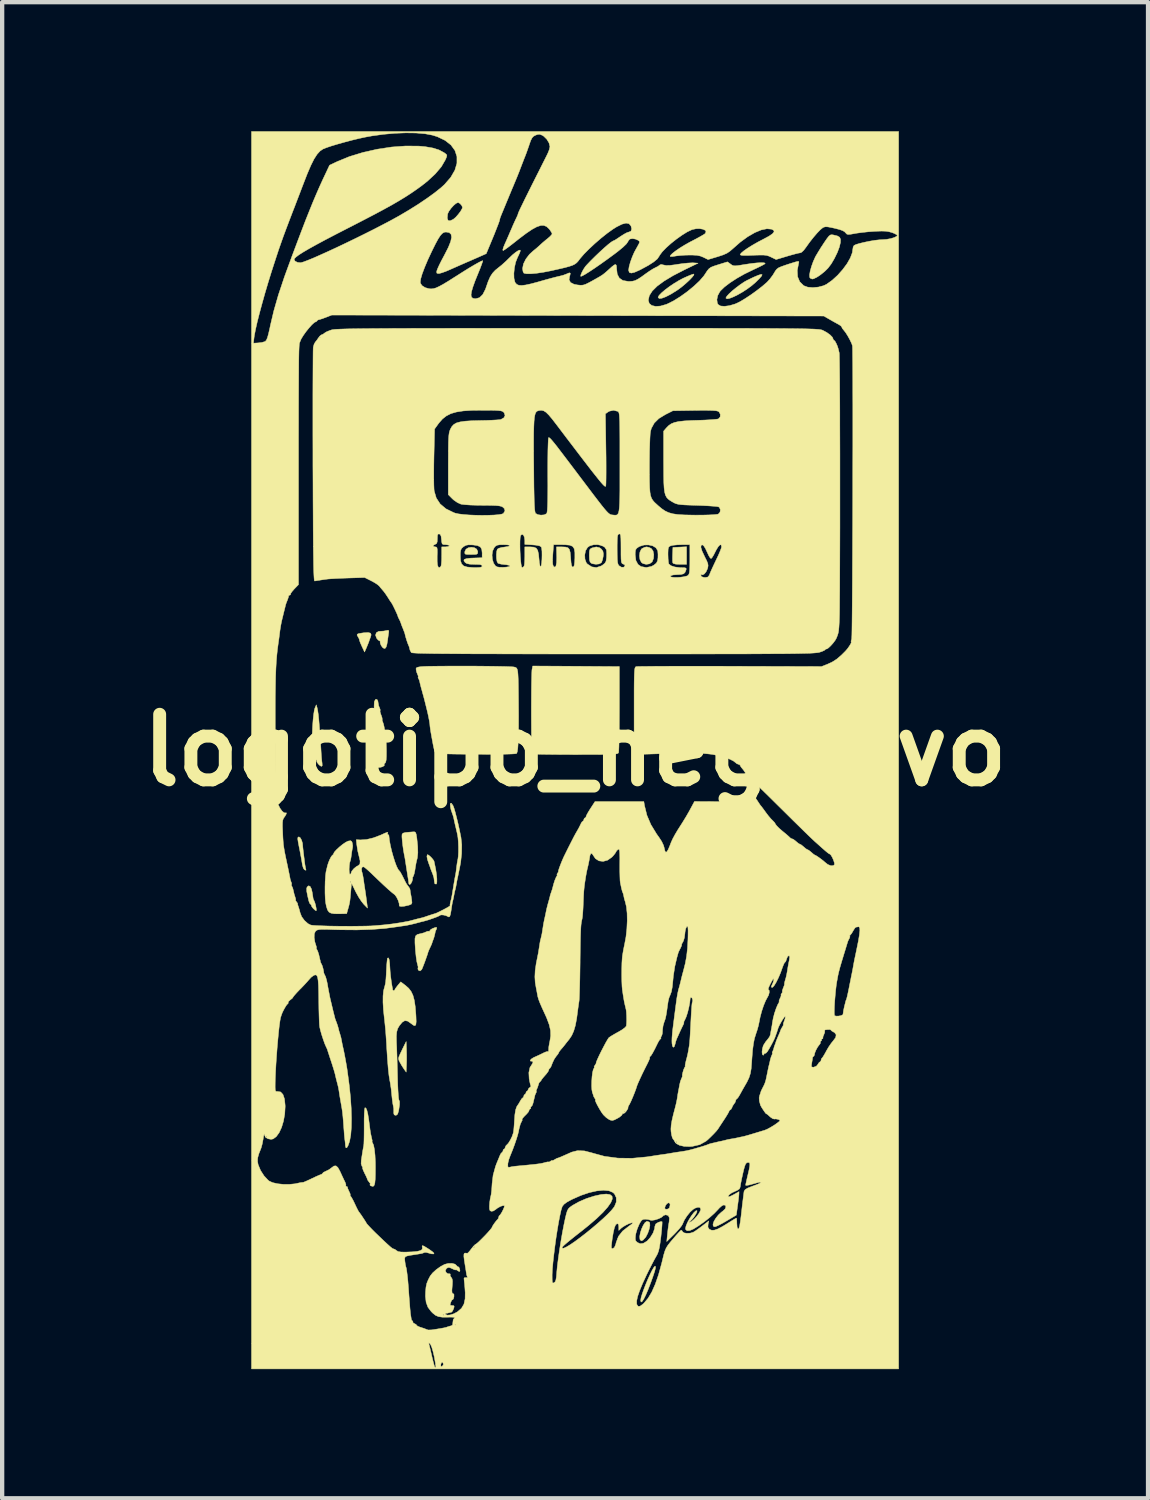
<source format=kicad_pcb>
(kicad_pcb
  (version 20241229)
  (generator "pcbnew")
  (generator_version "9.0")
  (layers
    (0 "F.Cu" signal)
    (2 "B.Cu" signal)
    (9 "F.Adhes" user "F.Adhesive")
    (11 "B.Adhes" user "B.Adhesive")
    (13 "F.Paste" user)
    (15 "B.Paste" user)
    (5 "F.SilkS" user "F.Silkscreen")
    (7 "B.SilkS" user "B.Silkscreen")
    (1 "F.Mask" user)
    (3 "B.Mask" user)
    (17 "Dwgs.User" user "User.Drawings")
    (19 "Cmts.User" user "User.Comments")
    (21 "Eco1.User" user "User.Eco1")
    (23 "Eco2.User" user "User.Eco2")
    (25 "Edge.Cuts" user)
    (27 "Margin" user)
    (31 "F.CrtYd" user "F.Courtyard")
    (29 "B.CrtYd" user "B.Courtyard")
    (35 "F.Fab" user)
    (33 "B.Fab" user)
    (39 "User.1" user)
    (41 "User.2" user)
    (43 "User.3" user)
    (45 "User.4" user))
  (footprint "logotipo_negativo"
    (layer "F.Cu")
    (at 10.312 14.381)
    (property "Reference" "logotipo_negativo" (at 0 0 0) (layer "F.SilkS") (effects (font (size 1.524 1.524) (thickness 0.3))))
    (attr through_hole)
    (fp_poly (pts (xy 2.591 -4.318) (xy 2.438 -4.318) (xy 2.337 -4.323) (xy 2.283 -4.339) (xy 2.271 -4.352) (xy 2.265 -4.395) (xy 2.264 -4.47) (xy 2.266 -4.549) (xy 2.273 -4.712) (xy 2.432 -4.719) (xy 2.591 -4.727) (xy 2.591 -4.318)) (stroke (width 0.01) (type solid)) (fill yes) (layer "F.SilkS"))
    (fp_poly (pts (xy -3.917 6.954) (xy -3.914 7.08) (xy -3.914 7.216) (xy -3.917 7.31) (xy -3.924 7.48) (xy -3.978 7.404) (xy -4.029 7.325) (xy -4.074 7.245) (xy -4.094 7.203) (xy -4.101 7.167) (xy -4.093 7.124) (xy -4.067 7.062) (xy -4.021 6.967) (xy -4.021 6.965) (xy -3.924 6.769) (xy -3.917 6.954)) (stroke (width 0.01) (type solid)) (fill yes) (layer "F.SilkS"))
    (fp_poly (pts (xy -2.339 -4.705) (xy -2.285 -4.671) (xy -2.261 -4.617) (xy -2.261 -4.611) (xy -2.264 -4.575) (xy -2.281 -4.556) (xy -2.324 -4.548) (xy -2.405 -4.547) (xy -2.415 -4.547) (xy -2.499 -4.548) (xy -2.545 -4.554) (xy -2.562 -4.572) (xy -2.562 -4.605) (xy -2.561 -4.615) (xy -2.534 -4.671) (xy -2.478 -4.705) (xy -2.408 -4.716) (xy -2.339 -4.705)) (stroke (width 0.01) (type solid)) (fill yes) (layer "F.SilkS"))
    (fp_poly (pts (xy 1.72 10.963) (xy 1.735 10.982) (xy 1.739 11.043) (xy 1.722 11.129) (xy 1.69 11.222) (xy 1.648 11.304) (xy 1.636 11.322) (xy 1.579 11.384) (xy 1.539 11.402) (xy 1.512 11.375) (xy 1.507 11.366) (xy 1.501 11.302) (xy 1.515 11.218) (xy 1.544 11.127) (xy 1.582 11.043) (xy 1.624 10.978) (xy 1.666 10.948) (xy 1.672 10.947) (xy 1.72 10.963)) (stroke (width 0.01) (type solid)) (fill yes) (layer "F.SilkS"))
    (fp_poly (pts (xy 1.724 -4.71) (xy 1.772 -4.685) (xy 1.812 -4.629) (xy 1.829 -4.547) (xy 1.823 -4.457) (xy 1.792 -4.378) (xy 1.789 -4.374) (xy 1.731 -4.331) (xy 1.653 -4.318) (xy 1.577 -4.337) (xy 1.541 -4.364) (xy 1.507 -4.431) (xy 1.496 -4.517) (xy 1.507 -4.603) (xy 1.539 -4.67) (xy 1.555 -4.685) (xy 1.617 -4.715) (xy 1.664 -4.724) (xy 1.724 -4.71)) (stroke (width 0.01) (type solid)) (fill yes) (layer "F.SilkS"))
    (fp_poly (pts (xy -4.753 -2.719) (xy -4.738 -2.68) (xy -4.753 -2.627) (xy -4.776 -2.567) (xy -4.789 -2.527) (xy -4.803 -2.49) (xy -4.829 -2.426) (xy -4.843 -2.391) (xy -4.891 -2.281) (xy -4.954 -2.415) (xy -4.987 -2.489) (xy -5.007 -2.544) (xy -5.011 -2.563) (xy -5.02 -2.593) (xy -5.044 -2.636) (xy -5.064 -2.671) (xy -5.062 -2.694) (xy -5.03 -2.709) (xy -4.959 -2.721) (xy -4.902 -2.729) (xy -4.806 -2.734) (xy -4.753 -2.719)) (stroke (width 0.01) (type solid)) (fill yes) (layer "F.SilkS"))
    (fp_poly (pts (xy 0.567 -4.706) (xy 0.613 -4.671) (xy 0.647 -4.623) (xy 0.658 -4.564) (xy 0.654 -4.506) (xy 0.639 -4.428) (xy 0.617 -4.368) (xy 0.61 -4.356) (xy 0.559 -4.328) (xy 0.484 -4.32) (xy 0.407 -4.332) (xy 0.375 -4.345) (xy 0.348 -4.374) (xy 0.334 -4.427) (xy 0.33 -4.518) (xy 0.33 -4.523) (xy 0.332 -4.609) (xy 0.341 -4.658) (xy 0.363 -4.684) (xy 0.395 -4.7) (xy 0.492 -4.723) (xy 0.567 -4.706)) (stroke (width 0.01) (type solid)) (fill yes) (layer "F.SilkS"))
    (fp_poly (pts (xy 1.87 12.002) (xy 1.866 12.044) (xy 1.846 12.12) (xy 1.808 12.234) (xy 1.759 12.37) (xy 1.697 12.531) (xy 1.642 12.66) (xy 1.595 12.754) (xy 1.559 12.809) (xy 1.534 12.823) (xy 1.524 12.792) (xy 1.524 12.782) (xy 1.533 12.724) (xy 1.559 12.636) (xy 1.597 12.528) (xy 1.643 12.409) (xy 1.693 12.29) (xy 1.744 12.178) (xy 1.79 12.085) (xy 1.829 12.019) (xy 1.856 11.989) (xy 1.859 11.989) (xy 1.87 12.002)) (stroke (width 0.01) (type solid)) (fill yes) (layer "F.SilkS"))
    (fp_poly (pts (xy 4.347 -11.049) (xy 4.333 -11.017) (xy 4.281 -10.957) (xy 4.195 -10.872) (xy 4.104 -10.794) (xy 4 -10.717) (xy 3.889 -10.645) (xy 3.779 -10.582) (xy 3.679 -10.533) (xy 3.595 -10.5) (xy 3.535 -10.488) (xy 3.506 -10.502) (xy 3.505 -10.51) (xy 3.525 -10.546) (xy 3.578 -10.604) (xy 3.654 -10.674) (xy 3.745 -10.748) (xy 3.841 -10.82) (xy 3.932 -10.881) (xy 3.998 -10.918) (xy 4.148 -10.99) (xy 4.256 -11.036) (xy 4.321 -11.056) (xy 4.347 -11.049)) (stroke (width 0.01) (type solid)) (fill yes) (layer "F.SilkS"))
    (fp_poly (pts (xy 2.757 -11.036) (xy 2.718 -10.987) (xy 2.655 -10.921) (xy 2.576 -10.848) (xy 2.489 -10.774) (xy 2.402 -10.708) (xy 2.362 -10.681) (xy 2.224 -10.595) (xy 2.107 -10.535) (xy 2.016 -10.501) (xy 1.956 -10.495) (xy 1.931 -10.518) (xy 1.93 -10.525) (xy 1.951 -10.566) (xy 2.008 -10.625) (xy 2.092 -10.697) (xy 2.195 -10.774) (xy 2.308 -10.85) (xy 2.423 -10.919) (xy 2.511 -10.965) (xy 2.611 -11.01) (xy 2.693 -11.044) (xy 2.747 -11.062) (xy 2.763 -11.063) (xy 2.757 -11.036)) (stroke (width 0.01) (type solid)) (fill yes) (layer "F.SilkS"))
    (fp_poly (pts (xy -4.328 -2.769) (xy -4.33 -2.739) (xy -4.339 -2.677) (xy -4.351 -2.593) (xy -4.354 -2.565) (xy -4.371 -2.461) (xy -4.389 -2.398) (xy -4.411 -2.368) (xy -4.433 -2.362) (xy -4.469 -2.383) (xy -4.505 -2.432) (xy -4.507 -2.435) (xy -4.528 -2.49) (xy -4.53 -2.523) (xy -4.529 -2.524) (xy -4.532 -2.539) (xy -4.542 -2.54) (xy -4.575 -2.559) (xy -4.611 -2.602) (xy -4.636 -2.672) (xy -4.618 -2.729) (xy -4.564 -2.761) (xy -4.527 -2.763) (xy -4.446 -2.768) (xy -4.39 -2.779) (xy -4.342 -2.788) (xy -4.328 -2.769)) (stroke (width 0.01) (type solid)) (fill yes) (layer "F.SilkS"))
    (fp_poly (pts (xy -6.155 3.167) (xy -6.125 3.226) (xy -6.107 3.307) (xy -6.095 3.384) (xy -6.087 3.439) (xy -6.084 3.454) (xy -6.071 3.485) (xy -6.065 3.495) (xy -6.048 3.536) (xy -6.03 3.598) (xy -6.017 3.663) (xy -6.011 3.714) (xy -6.016 3.732) (xy -6.044 3.715) (xy -6.083 3.679) (xy -6.118 3.634) (xy -6.128 3.604) (xy -6.14 3.582) (xy -6.145 3.581) (xy -6.166 3.559) (xy -6.186 3.506) (xy -6.188 3.499) (xy -6.203 3.434) (xy -6.213 3.392) (xy -6.213 3.391) (xy -6.235 3.281) (xy -6.237 3.211) (xy -6.226 3.178) (xy -6.19 3.15) (xy -6.155 3.167)) (stroke (width 0.01) (type solid)) (fill yes) (layer "F.SilkS"))
    (fp_poly (pts (xy -3.405 2.437) (xy -3.362 2.472) (xy -3.317 2.52) (xy -3.283 2.565) (xy -3.275 2.586) (xy -3.268 2.623) (xy -3.261 2.654) (xy -3.237 2.771) (xy -3.22 2.886) (xy -3.211 2.988) (xy -3.211 3.065) (xy -3.22 3.107) (xy -3.223 3.11) (xy -3.254 3.107) (xy -3.262 3.094) (xy -3.272 3.038) (xy -3.273 3.023) (xy -3.281 2.961) (xy -3.306 2.882) (xy -3.326 2.832) (xy -3.35 2.771) (xy -3.364 2.731) (xy -3.364 2.731) (xy -3.378 2.689) (xy -3.396 2.642) (xy -3.429 2.544) (xy -3.443 2.47) (xy -3.434 2.43) (xy -3.431 2.427) (xy -3.405 2.437)) (stroke (width 0.01) (type solid)) (fill yes) (layer "F.SilkS"))
    (fp_poly (pts (xy -6.383 2.037) (xy -6.354 2.093) (xy -6.333 2.164) (xy -6.329 2.21) (xy -6.325 2.259) (xy -6.317 2.332) (xy -6.315 2.349) (xy -6.304 2.44) (xy -6.291 2.544) (xy -6.287 2.578) (xy -6.276 2.662) (xy -6.264 2.729) (xy -6.259 2.75) (xy -6.251 2.788) (xy -6.271 2.786) (xy -6.292 2.774) (xy -6.315 2.738) (xy -6.334 2.673) (xy -6.338 2.653) (xy -6.351 2.57) (xy -6.364 2.497) (xy -6.366 2.489) (xy -6.379 2.418) (xy -6.387 2.375) (xy -6.399 2.312) (xy -6.412 2.248) (xy -6.433 2.139) (xy -6.443 2.07) (xy -6.442 2.033) (xy -6.43 2.017) (xy -6.415 2.015) (xy -6.383 2.037)) (stroke (width 0.01) (type solid)) (fill yes) (layer "F.SilkS"))
    (fp_poly (pts (xy 6.001 -11.972) (xy 6.095 -11.949) (xy 6.147 -11.919) (xy 6.168 -11.871) (xy 6.166 -11.797) (xy 6.141 -11.69) (xy 6.092 -11.561) (xy 6.026 -11.426) (xy 5.952 -11.3) (xy 5.877 -11.201) (xy 5.876 -11.2) (xy 5.797 -11.122) (xy 5.706 -11.049) (xy 5.618 -10.99) (xy 5.543 -10.954) (xy 5.51 -10.947) (xy 5.464 -10.968) (xy 5.451 -10.988) (xy 5.448 -11.044) (xy 5.463 -11.132) (xy 5.493 -11.239) (xy 5.533 -11.351) (xy 5.579 -11.454) (xy 5.593 -11.481) (xy 5.647 -11.571) (xy 5.715 -11.682) (xy 5.786 -11.79) (xy 5.795 -11.804) (xy 5.856 -11.892) (xy 5.898 -11.945) (xy 5.931 -11.971) (xy 5.964 -11.977) (xy 6.001 -11.972)) (stroke (width 0.01) (type solid)) (fill yes) (layer "F.SilkS"))
    (fp_poly (pts (xy -5.991 -0.978) (xy -5.979 -0.915) (xy -5.965 -0.82) (xy -5.955 -0.715) (xy -5.954 -0.711) (xy -5.945 -0.601) (xy -5.937 -0.496) (xy -5.93 -0.419) (xy -5.925 -0.35) (xy -5.918 -0.247) (xy -5.911 -0.126) (xy -5.906 -0.051) (xy -5.899 0.07) (xy -5.891 0.18) (xy -5.883 0.265) (xy -5.878 0.298) (xy -5.875 0.36) (xy -5.895 0.377) (xy -5.937 0.35) (xy -5.965 0.322) (xy -5.998 0.277) (xy -6.004 0.247) (xy -6.003 0.246) (xy -6.004 0.23) (xy -6.012 0.229) (xy -6.038 0.205) (xy -6.063 0.141) (xy -6.084 0.047) (xy -6.099 -0.067) (xy -6.107 -0.19) (xy -6.107 -0.216) (xy -6.106 -0.382) (xy -6.099 -0.548) (xy -6.088 -0.701) (xy -6.074 -0.833) (xy -6.058 -0.932) (xy -6.045 -0.978) (xy -6.013 -1.054) (xy -5.991 -0.978)) (stroke (width 0.01) (type solid)) (fill yes) (layer "F.SilkS"))
    (fp_poly (pts (xy -3.725 1.898) (xy -3.704 1.915) (xy -3.69 1.959) (xy -3.677 2.04) (xy -3.675 2.057) (xy -3.657 2.234) (xy -3.653 2.383) (xy -3.664 2.493) (xy -3.668 2.515) (xy -3.682 2.569) (xy -3.695 2.629) (xy -3.709 2.71) (xy -3.722 2.794) (xy -3.738 2.871) (xy -3.758 2.928) (xy -3.765 2.94) (xy -3.78 2.967) (xy -3.776 2.972) (xy -3.774 2.993) (xy -3.787 3.043) (xy -3.788 3.048) (xy -3.816 3.103) (xy -3.843 3.124) (xy -3.862 3.105) (xy -3.864 3.092) (xy -3.868 3.057) (xy -3.876 3.002) (xy -3.89 2.915) (xy -3.897 2.87) (xy -3.913 2.77) (xy -3.931 2.652) (xy -3.947 2.549) (xy -3.948 2.54) (xy -3.957 2.488) (xy -3.97 2.426) (xy -3.987 2.33) (xy -4.004 2.209) (xy -4.017 2.086) (xy -4.023 2.013) (xy -4.021 1.958) (xy -3.999 1.928) (xy -3.945 1.913) (xy -3.886 1.907) (xy -3.807 1.901) (xy -3.76 1.897) (xy -3.725 1.898)) (stroke (width 0.01) (type solid)) (fill yes) (layer "F.SilkS"))
    (fp_poly (pts (xy 0.022 -1.95) (xy 1.029 -1.943) (xy 1.029 -0.965) (xy 1.028 -0.746) (xy 1.027 -0.541) (xy 1.025 -0.357) (xy 1.022 -0.2) (xy 1.019 -0.075) (xy 1.015 0.012) (xy 1.011 0.055) (xy 1.01 0.057) (xy 1.003 0.068) (xy 0.987 0.078) (xy 0.959 0.085) (xy 0.913 0.091) (xy 0.844 0.095) (xy 0.749 0.098) (xy 0.622 0.1) (xy 0.458 0.101) (xy 0.252 0.101) (xy 0.005 0.102) (xy -0.214 0.101) (xy -0.417 0.1) (xy -0.599 0.098) (xy -0.753 0.096) (xy -0.874 0.093) (xy -0.958 0.089) (xy -0.997 0.086) (xy -0.999 0.085) (xy -1.003 0.056) (xy -1.007 -0.017) (xy -1.01 -0.127) (xy -1.012 -0.267) (xy -1.014 -0.431) (xy -1.015 -0.612) (xy -1.016 -0.803) (xy -1.016 -0.997) (xy -1.015 -1.188) (xy -1.014 -1.369) (xy -1.012 -1.533) (xy -1.009 -1.673) (xy -1.006 -1.782) (xy -1.003 -1.854) (xy -1 -1.877) (xy -0.984 -1.956) (xy 0.022 -1.95)) (stroke (width 0.01) (type solid)) (fill yes) (layer "F.SilkS"))
    (fp_poly (pts (xy -3.213 4.121) (xy -3.22 4.155) (xy -3.222 4.159) (xy -3.243 4.205) (xy -3.248 4.223) (xy -3.259 4.277) (xy -3.276 4.344) (xy -3.294 4.397) (xy -3.298 4.407) (xy -3.317 4.456) (xy -3.318 4.463) (xy -3.332 4.505) (xy -3.36 4.567) (xy -3.365 4.577) (xy -3.396 4.643) (xy -3.416 4.695) (xy -3.417 4.699) (xy -3.433 4.752) (xy -3.461 4.832) (xy -3.493 4.922) (xy -3.526 5.008) (xy -3.552 5.073) (xy -3.565 5.099) (xy -3.602 5.129) (xy -3.64 5.112) (xy -3.646 5.104) (xy -3.653 5.069) (xy -3.649 5.063) (xy -3.647 5.032) (xy -3.658 4.99) (xy -3.676 4.918) (xy -3.693 4.805) (xy -3.708 4.661) (xy -3.719 4.497) (xy -3.72 4.476) (xy -3.72 4.377) (xy -3.705 4.316) (xy -3.666 4.282) (xy -3.597 4.264) (xy -3.579 4.261) (xy -3.506 4.241) (xy -3.464 4.222) (xy -3.417 4.205) (xy -3.394 4.209) (xy -3.379 4.207) (xy -3.378 4.199) (xy -3.358 4.171) (xy -3.314 4.144) (xy -3.244 4.118) (xy -3.213 4.121)) (stroke (width 0.01) (type solid)) (fill yes) (layer "F.SilkS"))
    (fp_poly (pts (xy -4.581 -1.141) (xy -4.58 -1.128) (xy -4.563 -1.032) (xy -4.537 -0.97) (xy -4.526 -0.933) (xy -4.53 -0.922) (xy -4.531 -0.892) (xy -4.514 -0.835) (xy -4.507 -0.818) (xy -4.486 -0.758) (xy -4.48 -0.72) (xy -4.482 -0.717) (xy -4.482 -0.688) (xy -4.47 -0.66) (xy -4.45 -0.603) (xy -4.434 -0.53) (xy -4.434 -0.53) (xy -4.421 -0.445) (xy -4.405 -0.352) (xy -4.403 -0.343) (xy -4.395 -0.273) (xy -4.388 -0.17) (xy -4.384 -0.049) (xy -4.383 0.02) (xy -4.384 0.145) (xy -4.389 0.228) (xy -4.4 0.278) (xy -4.417 0.303) (xy -4.42 0.305) (xy -4.441 0.325) (xy -4.436 0.33) (xy -4.429 0.345) (xy -4.44 0.363) (xy -4.474 0.384) (xy -4.522 0.398) (xy -4.566 0.401) (xy -4.588 0.392) (xy -4.586 0.383) (xy -4.589 0.35) (xy -4.595 0.344) (xy -4.617 0.309) (xy -4.62 0.285) (xy -4.624 0.232) (xy -4.633 0.157) (xy -4.636 0.14) (xy -4.642 0.076) (xy -4.649 -0.026) (xy -4.654 -0.156) (xy -4.659 -0.306) (xy -4.664 -0.466) (xy -4.667 -0.627) (xy -4.669 -0.781) (xy -4.67 -0.918) (xy -4.669 -1.029) (xy -4.666 -1.105) (xy -4.662 -1.133) (xy -4.637 -1.179) (xy -4.604 -1.181) (xy -4.581 -1.141)) (stroke (width 0.01) (type solid)) (fill yes) (layer "F.SilkS"))
    (fp_poly (pts (xy -4.857 8.321) (xy -4.836 8.37) (xy -4.815 8.456) (xy -4.794 8.584) (xy -4.771 8.757) (xy -4.764 8.814) (xy -4.75 8.906) (xy -4.731 8.993) (xy -4.727 9.011) (xy -4.714 9.066) (xy -4.715 9.093) (xy -4.717 9.093) (xy -4.716 9.109) (xy -4.704 9.125) (xy -4.681 9.18) (xy -4.662 9.278) (xy -4.648 9.412) (xy -4.64 9.576) (xy -4.639 9.69) (xy -4.64 9.854) (xy -4.644 9.973) (xy -4.652 10.055) (xy -4.664 10.104) (xy -4.682 10.129) (xy -4.703 10.135) (xy -4.749 10.122) (xy -4.763 10.109) (xy -4.766 10.086) (xy -4.76 10.084) (xy -4.76 10.068) (xy -4.782 10.039) (xy -4.814 9.997) (xy -4.824 9.976) (xy -4.835 9.944) (xy -4.863 9.883) (xy -4.89 9.83) (xy -4.922 9.761) (xy -4.938 9.715) (xy -4.938 9.703) (xy -4.937 9.687) (xy -4.952 9.666) (xy -4.971 9.61) (xy -4.968 9.532) (xy -4.954 9.44) (xy -4.94 9.349) (xy -4.94 9.347) (xy -4.926 9.266) (xy -4.912 9.195) (xy -4.912 9.195) (xy -4.907 9.148) (xy -4.904 9.061) (xy -4.902 8.944) (xy -4.901 8.807) (xy -4.901 8.719) (xy -4.901 8.561) (xy -4.897 8.437) (xy -4.891 8.351) (xy -4.883 8.309) (xy -4.879 8.306) (xy -4.857 8.321)) (stroke (width 0.01) (type solid)) (fill yes) (layer "F.SilkS"))
    (fp_poly (pts (xy -2.529 -1.954) (xy -2.321 -1.954) (xy -2.118 -1.952) (xy -1.929 -1.95) (xy -1.76 -1.947) (xy -1.617 -1.944) (xy -1.508 -1.94) (xy -1.44 -1.936) (xy -1.424 -1.934) (xy -1.396 -1.928) (xy -1.373 -1.919) (xy -1.355 -1.903) (xy -1.342 -1.873) (xy -1.332 -1.824) (xy -1.326 -1.752) (xy -1.321 -1.65) (xy -1.318 -1.514) (xy -1.316 -1.338) (xy -1.314 -1.116) (xy -1.314 -1.105) (xy -1.312 -0.799) (xy -1.313 -0.542) (xy -1.316 -0.332) (xy -1.322 -0.167) (xy -1.331 -0.046) (xy -1.342 0.033) (xy -1.356 0.073) (xy -1.359 0.076) (xy -1.392 0.083) (xy -1.473 0.088) (xy -1.597 0.092) (xy -1.762 0.095) (xy -1.964 0.096) (xy -2.2 0.095) (xy -2.31 0.095) (xy -2.554 0.093) (xy -2.753 0.091) (xy -2.91 0.088) (xy -3.031 0.085) (xy -3.12 0.08) (xy -3.182 0.075) (xy -3.221 0.068) (xy -3.243 0.059) (xy -3.251 0.051) (xy -3.27 0.000398) (xy -3.287 -0.071) (xy -3.288 -0.076) (xy -3.303 -0.152) (xy -3.314 -0.214) (xy -3.315 -0.216) (xy -3.333 -0.316) (xy -3.351 -0.416) (xy -3.364 -0.502) (xy -3.372 -0.562) (xy -3.373 -0.581) (xy -3.376 -0.614) (xy -3.387 -0.683) (xy -3.404 -0.771) (xy -3.424 -0.865) (xy -3.442 -0.94) (xy -3.467 -1.041) (xy -3.484 -1.109) (xy -3.494 -1.149) (xy -3.505 -1.192) (xy -3.515 -1.23) (xy -3.529 -1.281) (xy -3.552 -1.363) (xy -3.554 -1.372) (xy -3.581 -1.469) (xy -3.602 -1.553) (xy -3.615 -1.613) (xy -3.633 -1.657) (xy -3.641 -1.67) (xy -3.65 -1.698) (xy -3.646 -1.702) (xy -3.643 -1.72) (xy -3.655 -1.749) (xy -3.68 -1.811) (xy -3.692 -1.86) (xy -3.695 -1.899) (xy -3.678 -1.921) (xy -3.629 -1.934) (xy -3.579 -1.941) (xy -3.521 -1.945) (xy -3.421 -1.949) (xy -3.286 -1.951) (xy -3.122 -1.953) (xy -2.937 -1.954) (xy -2.737 -1.955) (xy -2.529 -1.954)) (stroke (width 0.01) (type solid)) (fill yes) (layer "F.SilkS"))
    (fp_poly (pts (xy -4.32 4.863) (xy -4.309 4.945) (xy -4.304 5.021) (xy -4.297 5.137) (xy -4.286 5.249) (xy -4.269 5.377) (xy -4.254 5.474) (xy -4.245 5.521) (xy -4.241 5.537) (xy -4.239 5.569) (xy -4.223 5.587) (xy -4.216 5.588) (xy -4.191 5.573) (xy -4.19 5.569) (xy -4.175 5.539) (xy -4.137 5.488) (xy -4.12 5.466) (xy -4.051 5.383) (xy -3.941 5.466) (xy -3.866 5.532) (xy -3.809 5.607) (xy -3.766 5.698) (xy -3.735 5.814) (xy -3.713 5.963) (xy -3.698 6.152) (xy -3.696 6.191) (xy -3.692 6.306) (xy -3.699 6.375) (xy -3.719 6.402) (xy -3.756 6.391) (xy -3.809 6.351) (xy -3.889 6.295) (xy -3.954 6.284) (xy -4.011 6.317) (xy -4.023 6.329) (xy -4.083 6.402) (xy -4.122 6.47) (xy -4.144 6.546) (xy -4.152 6.644) (xy -4.15 6.776) (xy -4.149 6.807) (xy -4.144 6.919) (xy -4.139 7.069) (xy -4.134 7.241) (xy -4.129 7.424) (xy -4.125 7.593) (xy -4.121 7.751) (xy -4.115 7.89) (xy -4.108 8.004) (xy -4.101 8.085) (xy -4.094 8.124) (xy -4.092 8.127) (xy -4.078 8.164) (xy -4.079 8.243) (xy -4.096 8.359) (xy -4.102 8.388) (xy -4.123 8.456) (xy -4.155 8.482) (xy -4.169 8.484) (xy -4.203 8.473) (xy -4.214 8.433) (xy -4.213 8.401) (xy -4.214 8.326) (xy -4.224 8.268) (xy -4.235 8.215) (xy -4.246 8.133) (xy -4.254 8.065) (xy -4.273 7.873) (xy -4.295 7.728) (xy -4.306 7.671) (xy -4.324 7.558) (xy -4.342 7.395) (xy -4.359 7.182) (xy -4.376 6.92) (xy -4.381 6.82) (xy -4.402 6.514) (xy -4.429 6.249) (xy -4.434 6.21) (xy -4.453 6.029) (xy -4.463 5.859) (xy -4.462 5.712) (xy -4.451 5.598) (xy -4.443 5.562) (xy -4.423 5.49) (xy -4.409 5.433) (xy -4.4 5.377) (xy -4.394 5.309) (xy -4.388 5.216) (xy -4.383 5.108) (xy -4.377 4.998) (xy -4.369 4.907) (xy -4.362 4.848) (xy -4.357 4.831) (xy -4.336 4.826) (xy -4.32 4.863)) (stroke (width 0.01) (type solid)) (fill yes) (layer "F.SilkS"))
    (fp_poly (pts (xy -4.349 1.911) (xy -4.356 1.93) (xy -4.357 1.954) (xy -4.349 1.956) (xy -4.327 1.976) (xy -4.325 1.988) (xy -4.314 2.088) (xy -4.292 2.21) (xy -4.261 2.343) (xy -4.224 2.475) (xy -4.185 2.598) (xy -4.147 2.699) (xy -4.112 2.769) (xy -4.092 2.793) (xy -4.063 2.829) (xy -4.02 2.906) (xy -3.964 3.017) (xy -3.952 3.043) (xy -3.915 3.111) (xy -3.877 3.163) (xy -3.874 3.165) (xy -3.841 3.216) (xy -3.833 3.247) (xy -3.826 3.308) (xy -3.819 3.34) (xy -3.808 3.4) (xy -3.796 3.477) (xy -3.795 3.485) (xy -3.79 3.546) (xy -3.806 3.578) (xy -3.856 3.599) (xy -3.879 3.605) (xy -3.967 3.625) (xy -4.038 3.631) (xy -4.079 3.624) (xy -4.085 3.613) (xy -4.089 3.557) (xy -4.114 3.482) (xy -4.151 3.408) (xy -4.19 3.357) (xy -4.196 3.353) (xy -4.251 3.31) (xy -4.336 3.237) (xy -4.444 3.138) (xy -4.571 3.018) (xy -4.711 2.884) (xy -4.714 2.88) (xy -4.791 2.808) (xy -4.857 2.75) (xy -4.902 2.715) (xy -4.911 2.71) (xy -4.946 2.715) (xy -4.962 2.757) (xy -4.955 2.821) (xy -4.95 2.836) (xy -4.935 2.894) (xy -4.92 2.977) (xy -4.914 3.014) (xy -4.903 3.098) (xy -4.892 3.168) (xy -4.889 3.188) (xy -4.876 3.273) (xy -4.859 3.389) (xy -4.842 3.517) (xy -4.837 3.555) (xy -4.823 3.669) (xy -4.912 3.577) (xy -4.966 3.509) (xy -5.029 3.413) (xy -5.087 3.308) (xy -5.098 3.287) (xy -5.194 3.089) (xy -5.213 3.303) (xy -5.223 3.415) (xy -5.231 3.492) (xy -5.241 3.552) (xy -5.254 3.61) (xy -5.275 3.685) (xy -5.278 3.696) (xy -5.307 3.798) (xy -5.486 3.802) (xy -5.597 3.8) (xy -5.67 3.787) (xy -5.716 3.763) (xy -5.752 3.713) (xy -5.78 3.623) (xy -5.795 3.545) (xy -5.805 3.446) (xy -5.81 3.318) (xy -5.81 3.178) (xy -5.807 3.061) (xy -5.232 3.061) (xy -5.22 3.073) (xy -5.207 3.061) (xy -5.22 3.048) (xy -5.232 3.061) (xy -5.807 3.061) (xy -5.806 3.039) (xy -5.798 2.916) (xy -5.787 2.824) (xy -5.781 2.8) (xy -5.763 2.726) (xy -5.754 2.686) (xy -5.733 2.618) (xy -5.703 2.544) (xy -5.671 2.481) (xy -5.643 2.443) (xy -5.635 2.438) (xy -5.615 2.418) (xy -5.613 2.407) (xy -5.594 2.369) (xy -5.544 2.313) (xy -5.476 2.25) (xy -5.4 2.188) (xy -5.328 2.139) (xy -5.273 2.112) (xy -5.272 2.112) (xy -5.216 2.103) (xy -5.189 2.121) (xy -5.176 2.157) (xy -5.166 2.221) (xy -5.169 2.261) (xy -5.179 2.308) (xy -5.191 2.383) (xy -5.196 2.425) (xy -5.207 2.502) (xy -5.218 2.557) (xy -5.223 2.571) (xy -5.237 2.616) (xy -5.246 2.686) (xy -5.25 2.766) (xy -5.247 2.835) (xy -5.238 2.877) (xy -5.234 2.882) (xy -5.211 2.877) (xy -5.207 2.86) (xy -5.188 2.81) (xy -5.14 2.752) (xy -5.08 2.703) (xy -5.041 2.683) (xy -5 2.647) (xy -4.995 2.574) (xy -5.011 2.502) (xy -5.05 2.341) (xy -5.073 2.19) (xy -5.085 2.08) (xy -4.987 2.085) (xy -4.846 2.075) (xy -4.683 2.036) (xy -4.519 1.974) (xy -4.504 1.967) (xy -4.416 1.927) (xy -4.366 1.909) (xy -4.349 1.911)) (stroke (width 0.01) (type solid)) (fill yes) (layer "F.SilkS"))
    (fp_poly (pts (xy -0.231 -9.804) (xy 0.062 -9.804) (xy 0.69 -9.804) (xy 1.269 -9.804) (xy 1.802 -9.804) (xy 2.29 -9.803) (xy 2.735 -9.803) (xy 3.139 -9.803) (xy 3.505 -9.802) (xy 3.834 -9.802) (xy 4.128 -9.801) (xy 4.389 -9.8) (xy 4.62 -9.799) (xy 4.823 -9.797) (xy 4.998 -9.796) (xy 5.149 -9.794) (xy 5.277 -9.792) (xy 5.385 -9.79) (xy 5.474 -9.787) (xy 5.546 -9.785) (xy 5.604 -9.781) (xy 5.65 -9.778) (xy 5.684 -9.774) (xy 5.711 -9.77) (xy 5.73 -9.765) (xy 5.746 -9.76) (xy 5.756 -9.756) (xy 5.85 -9.705) (xy 5.928 -9.648) (xy 5.98 -9.594) (xy 5.994 -9.559) (xy 6.008 -9.528) (xy 6.017 -9.525) (xy 6.039 -9.504) (xy 6.068 -9.452) (xy 6.096 -9.388) (xy 6.113 -9.335) (xy 6.123 -9.293) (xy 6.138 -9.233) (xy 6.14 -9.199) (xy 6.142 -9.117) (xy 6.144 -8.993) (xy 6.146 -8.829) (xy 6.148 -8.629) (xy 6.149 -8.398) (xy 6.151 -8.139) (xy 6.152 -7.856) (xy 6.152 -7.552) (xy 6.153 -7.232) (xy 6.154 -6.9) (xy 6.154 -6.558) (xy 6.154 -6.212) (xy 6.154 -5.864) (xy 6.154 -5.519) (xy 6.154 -5.18) (xy 6.153 -4.852) (xy 6.152 -4.537) (xy 6.151 -4.24) (xy 6.15 -3.965) (xy 6.149 -3.716) (xy 6.147 -3.495) (xy 6.146 -3.308) (xy 6.144 -3.158) (xy 6.141 -3.048) (xy 6.139 -2.985) (xy 6.132 -2.866) (xy 6.125 -2.785) (xy 6.115 -2.725) (xy 6.099 -2.672) (xy 6.076 -2.613) (xy 6.074 -2.607) (xy 6.042 -2.55) (xy 5.992 -2.484) (xy 5.936 -2.422) (xy 5.884 -2.374) (xy 5.847 -2.351) (xy 5.838 -2.352) (xy 5.818 -2.347) (xy 5.817 -2.34) (xy 5.794 -2.32) (xy 5.737 -2.294) (xy 5.679 -2.275) (xy 5.659 -2.27) (xy 5.63 -2.266) (xy 5.592 -2.262) (xy 5.542 -2.258) (xy 5.477 -2.254) (xy 5.396 -2.251) (xy 5.297 -2.249) (xy 5.177 -2.246) (xy 5.034 -2.244) (xy 4.865 -2.242) (xy 4.67 -2.241) (xy 4.445 -2.24) (xy 4.188 -2.238) (xy 3.897 -2.237) (xy 3.571 -2.237) (xy 3.206 -2.236) (xy 2.801 -2.236) (xy 2.353 -2.235) (xy 1.86 -2.235) (xy 1.321 -2.235) (xy 0.882 -2.235) (xy 0.297 -2.235) (xy -0.24 -2.235) (xy -0.729 -2.236) (xy -1.174 -2.236) (xy -1.576 -2.237) (xy -1.937 -2.238) (xy -2.259 -2.238) (xy -2.544 -2.24) (xy -2.794 -2.241) (xy -3.011 -2.243) (xy -3.197 -2.244) (xy -3.354 -2.246) (xy -3.484 -2.249) (xy -3.589 -2.251) (xy -3.671 -2.254) (xy -3.732 -2.258) (xy -3.773 -2.261) (xy -3.797 -2.265) (xy -3.806 -2.269) (xy -3.835 -2.323) (xy -3.842 -2.351) (xy -3.856 -2.406) (xy -3.865 -2.426) (xy -3.883 -2.469) (xy -3.908 -2.54) (xy -3.932 -2.617) (xy -3.949 -2.681) (xy -3.95 -2.688) (xy -3.96 -2.728) (xy -3.964 -2.737) (xy -3.974 -2.762) (xy -3.987 -2.797) (xy -4.01 -2.855) (xy -4.012 -2.857) (xy -4.035 -2.918) (xy -4.049 -2.959) (xy -4.049 -2.959) (xy -4.064 -2.999) (xy -4.089 -3.048) (xy -4.112 -3.096) (xy -4.119 -3.118) (xy -4.127 -3.142) (xy -4.151 -3.197) (xy -4.184 -3.268) (xy -4.219 -3.34) (xy -4.249 -3.398) (xy -4.268 -3.428) (xy -4.269 -3.429) (xy -4.289 -3.457) (xy -4.325 -3.512) (xy -4.344 -3.543) (xy -4.396 -3.622) (xy -4.45 -3.695) (xy -4.464 -3.711) (xy -4.514 -3.769) (xy -4.553 -3.817) (xy -4.554 -3.818) (xy -4.592 -3.85) (xy -4.66 -3.894) (xy -4.737 -3.936) (xy -4.889 -4.012) (xy -5.283 -4) (xy -5.426 -3.995) (xy -5.556 -3.989) (xy -5.662 -3.983) (xy -5.734 -3.978) (xy -5.753 -3.976) (xy -5.833 -3.965) (xy -5.921 -3.952) (xy -5.924 -3.951) (xy -5.995 -3.94) (xy -6.046 -3.932) (xy -6.051 -3.931) (xy -6.056 -3.938) (xy -6.061 -3.964) (xy -6.065 -4.011) (xy -6.069 -4.082) (xy -6.073 -4.179) (xy -6.076 -4.305) (xy -6.078 -4.461) (xy -6.081 -4.651) (xy -6.082 -4.76) (xy -3.295 -4.76) (xy -3.295 -4.736) (xy -3.251 -4.724) (xy -3.249 -4.724) (xy -3.224 -4.721) (xy -3.209 -4.704) (xy -3.202 -4.664) (xy -3.201 -4.589) (xy -3.204 -4.514) (xy -3.204 -4.385) (xy -3.196 -4.301) (xy -3.179 -4.255) (xy -3.151 -4.242) (xy -3.125 -4.262) (xy -3.114 -4.282) (xy -3.107 -4.326) (xy -3.101 -4.404) (xy -3.099 -4.503) (xy -3.099 -4.511) (xy -2.667 -4.511) (xy -2.661 -4.403) (xy -2.637 -4.329) (xy -2.588 -4.281) (xy -2.507 -4.256) (xy -2.385 -4.245) (xy -2.33 -4.244) (xy -2.236 -4.245) (xy -2.183 -4.253) (xy -2.161 -4.269) (xy -2.159 -4.28) (xy -2.17 -4.301) (xy -2.207 -4.313) (xy -2.282 -4.317) (xy -2.335 -4.318) (xy -2.445 -4.322) (xy -2.515 -4.337) (xy -2.552 -4.359) (xy -2.583 -4.401) (xy -2.577 -4.431) (xy -2.529 -4.45) (xy -2.436 -4.462) (xy -2.367 -4.465) (xy -2.159 -4.472) (xy -2.159 -4.535) (xy -1.929 -4.535) (xy -1.921 -4.435) (xy -1.894 -4.346) (xy -1.85 -4.282) (xy -1.81 -4.259) (xy -1.751 -4.25) (xy -1.675 -4.249) (xy -1.599 -4.254) (xy -1.539 -4.264) (xy -1.512 -4.278) (xy -1.511 -4.28) (xy -1.534 -4.296) (xy -1.593 -4.309) (xy -1.638 -4.313) (xy -1.718 -4.323) (xy -1.779 -4.339) (xy -1.796 -4.348) (xy -1.815 -4.389) (xy -1.826 -4.46) (xy -1.828 -4.544) (xy -1.821 -4.621) (xy -1.806 -4.671) (xy -1.769 -4.693) (xy -1.701 -4.712) (xy -1.653 -4.718) (xy -1.56 -4.732) (xy -1.517 -4.748) (xy -1.522 -4.759) (xy -1.281 -4.759) (xy -1.279 -4.642) (xy -1.273 -4.524) (xy -1.265 -4.413) (xy -1.255 -4.323) (xy -1.243 -4.262) (xy -1.231 -4.242) (xy -1.195 -4.262) (xy -1.184 -4.282) (xy -1.176 -4.326) (xy -1.171 -4.404) (xy -1.168 -4.503) (xy -1.168 -4.523) (xy -1.168 -4.724) (xy -1.045 -4.724) (xy -0.961 -4.718) (xy -0.904 -4.695) (xy -0.869 -4.645) (xy -0.849 -4.56) (xy -0.838 -4.448) (xy -0.829 -4.354) (xy -0.816 -4.288) (xy -0.802 -4.261) (xy -0.8 -4.261) (xy -0.787 -4.287) (xy -0.777 -4.351) (xy -0.772 -4.41) (xy -0.523 -4.41) (xy -0.519 -4.323) (xy -0.505 -4.277) (xy -0.504 -4.275) (xy -0.469 -4.252) (xy -0.445 -4.278) (xy -0.43 -4.354) (xy -0.426 -4.478) (xy -0.427 -4.508) (xy -0.432 -4.724) (xy -0.311 -4.724) (xy -0.223 -4.72) (xy -0.166 -4.704) (xy -0.132 -4.665) (xy -0.113 -4.595) (xy -0.103 -4.485) (xy -0.102 -4.465) (xy -0.093 -4.357) (xy -0.082 -4.292) (xy -0.066 -4.261) (xy -0.051 -4.255) (xy -0.031 -4.265) (xy -0.018 -4.302) (xy -0.01 -4.375) (xy -0.005 -4.463) (xy -0.005 -4.54) (xy 0.225 -4.54) (xy 0.23 -4.44) (xy 0.261 -4.355) (xy 0.286 -4.326) (xy 0.388 -4.26) (xy 0.495 -4.244) (xy 0.605 -4.28) (xy 0.638 -4.3) (xy 0.692 -4.343) (xy 0.719 -4.39) (xy 0.73 -4.462) (xy 0.732 -4.482) (xy 0.734 -4.568) (xy 0.73 -4.64) (xy 0.726 -4.661) (xy 0.718 -4.673) (xy 0.978 -4.673) (xy 0.979 -4.532) (xy 0.982 -4.432) (xy 0.988 -4.365) (xy 0.999 -4.322) (xy 1.016 -4.293) (xy 1.024 -4.285) (xy 1.078 -4.252) (xy 1.13 -4.252) (xy 1.161 -4.283) (xy 1.148 -4.311) (xy 1.119 -4.325) (xy 1.098 -4.333) (xy 1.084 -4.351) (xy 1.074 -4.386) (xy 1.069 -4.448) (xy 1.067 -4.54) (xy 1.397 -4.54) (xy 1.413 -4.409) (xy 1.462 -4.317) (xy 1.533 -4.267) (xy 1.653 -4.245) (xy 1.773 -4.269) (xy 1.831 -4.3) (xy 1.889 -4.347) (xy 1.916 -4.401) (xy 1.926 -4.469) (xy 1.927 -4.541) (xy 2.159 -4.541) (xy 2.162 -4.446) (xy 2.169 -4.37) (xy 2.178 -4.327) (xy 2.179 -4.326) (xy 2.23 -4.286) (xy 2.319 -4.257) (xy 2.433 -4.243) (xy 2.467 -4.242) (xy 2.542 -4.24) (xy 2.577 -4.231) (xy 2.583 -4.209) (xy 2.577 -4.185) (xy 2.554 -4.129) (xy 2.52 -4.098) (xy 2.46 -4.083) (xy 2.372 -4.079) (xy 2.274 -4.072) (xy 2.223 -4.053) (xy 2.215 -4.042) (xy 2.231 -4.025) (xy 2.284 -4.016) (xy 2.36 -4.014) (xy 2.446 -4.019) (xy 2.528 -4.03) (xy 2.594 -4.046) (xy 2.625 -4.061) (xy 2.634 -4.072) (xy 2.921 -4.072) (xy 2.938 -4.032) (xy 2.993 -4.015) (xy 3.028 -4.013) (xy 3.084 -4.023) (xy 3.118 -4.064) (xy 3.129 -4.093) (xy 3.152 -4.149) (xy 3.191 -4.236) (xy 3.241 -4.343) (xy 3.28 -4.425) (xy 3.331 -4.532) (xy 3.371 -4.626) (xy 3.397 -4.696) (xy 3.404 -4.726) (xy 3.394 -4.77) (xy 3.367 -4.771) (xy 3.329 -4.733) (xy 3.283 -4.659) (xy 3.262 -4.618) (xy 3.221 -4.537) (xy 3.185 -4.478) (xy 3.161 -4.452) (xy 3.161 -4.452) (xy 3.138 -4.469) (xy 3.105 -4.523) (xy 3.069 -4.601) (xy 3.068 -4.603) (xy 3.029 -4.687) (xy 2.99 -4.747) (xy 2.962 -4.771) (xy 2.928 -4.761) (xy 2.924 -4.712) (xy 2.951 -4.625) (xy 3.009 -4.502) (xy 3.013 -4.493) (xy 3.059 -4.401) (xy 3.084 -4.338) (xy 3.091 -4.29) (xy 3.084 -4.242) (xy 3.076 -4.215) (xy 3.044 -4.145) (xy 3.002 -4.094) (xy 2.96 -4.073) (xy 2.937 -4.082) (xy 2.922 -4.08) (xy 2.921 -4.072) (xy 2.634 -4.072) (xy 2.643 -4.083) (xy 2.655 -4.121) (xy 2.662 -4.183) (xy 2.666 -4.279) (xy 2.667 -4.415) (xy 2.667 -4.435) (xy 2.667 -4.775) (xy 2.478 -4.775) (xy 2.376 -4.772) (xy 2.285 -4.763) (xy 2.226 -4.751) (xy 2.224 -4.75) (xy 2.19 -4.734) (xy 2.171 -4.71) (xy 2.162 -4.664) (xy 2.159 -4.585) (xy 2.159 -4.541) (xy 1.927 -4.541) (xy 1.927 -4.553) (xy 1.922 -4.625) (xy 1.919 -4.639) (xy 1.879 -4.703) (xy 1.804 -4.748) (xy 1.708 -4.77) (xy 1.604 -4.768) (xy 1.505 -4.738) (xy 1.48 -4.725) (xy 1.431 -4.691) (xy 1.406 -4.653) (xy 1.398 -4.595) (xy 1.397 -4.54) (xy 1.067 -4.54) (xy 1.067 -4.543) (xy 1.067 -4.68) (xy 1.067 -4.686) (xy 1.066 -4.825) (xy 1.064 -4.921) (xy 1.059 -4.981) (xy 1.051 -5.013) (xy 1.038 -5.025) (xy 1.022 -5.024) (xy 1.004 -5.016) (xy 0.992 -4.994) (xy 0.984 -4.951) (xy 0.98 -4.878) (xy 0.978 -4.767) (xy 0.978 -4.673) (xy 0.718 -4.673) (xy 0.688 -4.718) (xy 0.616 -4.757) (xy 0.525 -4.776) (xy 0.429 -4.773) (xy 0.341 -4.748) (xy 0.291 -4.713) (xy 0.245 -4.637) (xy 0.225 -4.54) (xy -0.005 -4.54) (xy -0.005 -4.593) (xy -0.02 -4.682) (xy -0.057 -4.736) (xy -0.125 -4.764) (xy -0.232 -4.774) (xy -0.301 -4.775) (xy -0.5 -4.775) (xy -0.517 -4.543) (xy -0.523 -4.41) (xy -0.772 -4.41) (xy -0.77 -4.436) (xy -0.768 -4.531) (xy -0.769 -4.62) (xy -0.776 -4.69) (xy -0.786 -4.723) (xy -0.828 -4.749) (xy -0.919 -4.765) (xy -0.989 -4.771) (xy -1.168 -4.781) (xy -1.168 -4.877) (xy -1.178 -4.951) (xy -1.201 -5) (xy -1.232 -5.016) (xy -1.262 -4.991) (xy -1.265 -4.986) (xy -1.275 -4.942) (xy -1.28 -4.862) (xy -1.281 -4.759) (xy -1.522 -4.759) (xy -1.523 -4.762) (xy -1.579 -4.772) (xy -1.66 -4.775) (xy -1.753 -4.773) (xy -1.81 -4.763) (xy -1.849 -4.741) (xy -1.878 -4.708) (xy -1.915 -4.631) (xy -1.929 -4.535) (xy -2.159 -4.535) (xy -2.159 -4.583) (xy -2.168 -4.667) (xy -2.199 -4.721) (xy -2.263 -4.753) (xy -2.367 -4.769) (xy -2.383 -4.77) (xy -2.475 -4.772) (xy -2.537 -4.761) (xy -2.589 -4.731) (xy -2.597 -4.725) (xy -2.636 -4.689) (xy -2.657 -4.648) (xy -2.666 -4.587) (xy -2.667 -4.511) (xy -3.099 -4.511) (xy -3.099 -4.523) (xy -3.099 -4.724) (xy -3.01 -4.724) (xy -2.951 -4.731) (xy -2.922 -4.746) (xy -2.921 -4.75) (xy -2.943 -4.767) (xy -2.998 -4.775) (xy -3.009 -4.775) (xy -3.061 -4.778) (xy -3.088 -4.794) (xy -3.099 -4.839) (xy -3.104 -4.896) (xy -3.114 -4.975) (xy -3.135 -5.015) (xy -3.156 -5.024) (xy -3.183 -5.022) (xy -3.197 -4.992) (xy -3.2 -4.924) (xy -3.2 -4.914) (xy -3.204 -4.839) (xy -3.22 -4.799) (xy -3.251 -4.783) (xy -3.295 -4.76) (xy -6.082 -4.76) (xy -6.083 -4.878) (xy -6.085 -5.143) (xy -6.086 -5.448) (xy -6.088 -5.798) (xy -6.089 -6.193) (xy -6.09 -6.45) (xy -3.283 -6.45) (xy -3.283 -6.292) (xy -3.281 -6.161) (xy -3.277 -6.065) (xy -3.273 -6.022) (xy -3.225 -5.859) (xy -3.134 -5.721) (xy -2.999 -5.608) (xy -2.819 -5.52) (xy -2.786 -5.508) (xy -2.71 -5.491) (xy -2.6 -5.477) (xy -2.466 -5.466) (xy -2.318 -5.46) (xy -2.165 -5.457) (xy -2.017 -5.459) (xy -1.883 -5.464) (xy -1.773 -5.473) (xy -1.697 -5.487) (xy -1.666 -5.501) (xy -1.629 -5.56) (xy -1.643 -5.614) (xy -1.682 -5.65) (xy -1.714 -5.666) (xy -1.764 -5.677) (xy -1.838 -5.684) (xy -1.946 -5.688) (xy -2.095 -5.69) (xy -2.146 -5.69) (xy -2.293 -5.692) (xy -2.43 -5.696) (xy -2.546 -5.704) (xy -2.628 -5.713) (xy -2.654 -5.718) (xy -2.734 -5.754) (xy -2.819 -5.813) (xy -2.851 -5.842) (xy -2.946 -5.938) (xy -2.946 -6.645) (xy -2.945 -6.857) (xy -2.944 -7.024) (xy -2.942 -7.154) (xy -2.941 -7.181) (xy -0.963 -7.181) (xy -0.963 -6.952) (xy -0.961 -6.678) (xy -0.96 -6.614) (xy -0.958 -6.343) (xy -0.956 -6.118) (xy -0.952 -5.936) (xy -0.949 -5.792) (xy -0.944 -5.682) (xy -0.939 -5.602) (xy -0.932 -5.548) (xy -0.924 -5.515) (xy -0.918 -5.503) (xy -0.866 -5.473) (xy -0.791 -5.462) (xy -0.715 -5.469) (xy -0.663 -5.496) (xy -0.661 -5.498) (xy -0.652 -5.523) (xy -0.645 -5.575) (xy -0.64 -5.66) (xy -0.636 -5.779) (xy -0.634 -5.939) (xy -0.633 -6.141) (xy -0.634 -6.39) (xy -0.634 -6.4) (xy -0.634 -6.612) (xy -0.633 -6.803) (xy -0.631 -6.968) (xy -0.627 -7.102) (xy -0.623 -7.199) (xy -0.618 -7.254) (xy -0.615 -7.264) (xy -0.604 -7.262) (xy -0.589 -7.253) (xy -0.568 -7.233) (xy -0.538 -7.2) (xy -0.496 -7.15) (xy -0.439 -7.079) (xy -0.366 -6.984) (xy -0.273 -6.862) (xy -0.157 -6.709) (xy -0.016 -6.523) (xy 0.14 -6.316) (xy 0.296 -6.11) (xy 0.424 -5.94) (xy 0.529 -5.803) (xy 0.612 -5.696) (xy 0.678 -5.614) (xy 0.729 -5.555) (xy 0.768 -5.515) (xy 0.799 -5.49) (xy 0.824 -5.475) (xy 0.848 -5.469) (xy 0.872 -5.466) (xy 0.911 -5.462) (xy 0.943 -5.461) (xy 0.97 -5.466) (xy 0.991 -5.482) (xy 1.008 -5.513) (xy 1.02 -5.563) (xy 1.029 -5.637) (xy 1.035 -5.737) (xy 1.039 -5.869) (xy 1.041 -6.037) (xy 1.041 -6.245) (xy 1.041 -6.497) (xy 1.041 -6.614) (xy 1.727 -6.614) (xy 1.727 -6.4) (xy 1.729 -6.23) (xy 1.733 -6.097) (xy 1.741 -5.995) (xy 1.754 -5.918) (xy 1.775 -5.857) (xy 1.804 -5.808) (xy 1.843 -5.762) (xy 1.894 -5.715) (xy 1.931 -5.681) (xy 2.013 -5.612) (xy 2.091 -5.559) (xy 2.174 -5.52) (xy 2.27 -5.493) (xy 2.388 -5.476) (xy 2.536 -5.467) (xy 2.723 -5.463) (xy 2.802 -5.462) (xy 2.973 -5.463) (xy 3.119 -5.467) (xy 3.232 -5.473) (xy 3.305 -5.481) (xy 3.329 -5.487) (xy 3.368 -5.531) (xy 3.376 -5.589) (xy 3.354 -5.64) (xy 3.334 -5.654) (xy 3.295 -5.662) (xy 3.214 -5.669) (xy 3.101 -5.677) (xy 2.964 -5.684) (xy 2.832 -5.689) (xy 2.668 -5.694) (xy 2.546 -5.699) (xy 2.458 -5.706) (xy 2.393 -5.715) (xy 2.345 -5.728) (xy 2.303 -5.746) (xy 2.259 -5.771) (xy 2.258 -5.771) (xy 2.203 -5.805) (xy 2.159 -5.839) (xy 2.125 -5.878) (xy 2.099 -5.93) (xy 2.081 -5.999) (xy 2.069 -6.091) (xy 2.062 -6.213) (xy 2.059 -6.371) (xy 2.058 -6.569) (xy 2.057 -6.714) (xy 2.057 -7.413) (xy 2.121 -7.488) (xy 2.174 -7.542) (xy 2.234 -7.584) (xy 2.31 -7.615) (xy 2.409 -7.637) (xy 2.538 -7.651) (xy 2.705 -7.661) (xy 2.845 -7.665) (xy 2.993 -7.67) (xy 3.125 -7.677) (xy 3.232 -7.685) (xy 3.306 -7.693) (xy 3.334 -7.7) (xy 3.371 -7.744) (xy 3.375 -7.804) (xy 3.347 -7.858) (xy 3.325 -7.875) (xy 3.276 -7.887) (xy 3.181 -7.894) (xy 3.036 -7.897) (xy 2.843 -7.896) (xy 2.772 -7.895) (xy 2.273 -7.887) (xy 2.1 -7.8) (xy 1.947 -7.707) (xy 1.84 -7.601) (xy 1.773 -7.479) (xy 1.754 -7.411) (xy 1.746 -7.352) (xy 1.74 -7.25) (xy 1.735 -7.114) (xy 1.73 -6.951) (xy 1.728 -6.771) (xy 1.727 -6.614) (xy 1.041 -6.614) (xy 1.041 -6.682) (xy 1.041 -6.956) (xy 1.041 -7.183) (xy 1.04 -7.368) (xy 1.039 -7.516) (xy 1.037 -7.631) (xy 1.033 -7.716) (xy 1.029 -7.778) (xy 1.023 -7.82) (xy 1.016 -7.846) (xy 1.007 -7.862) (xy 0.996 -7.871) (xy 0.992 -7.873) (xy 0.895 -7.898) (xy 0.797 -7.877) (xy 0.764 -7.858) (xy 0.705 -7.816) (xy 0.717 -7) (xy 0.72 -6.8) (xy 0.721 -6.614) (xy 0.721 -6.45) (xy 0.72 -6.314) (xy 0.718 -6.211) (xy 0.715 -6.15) (xy 0.713 -6.136) (xy 0.706 -6.129) (xy 0.694 -6.132) (xy 0.674 -6.147) (xy 0.644 -6.177) (xy 0.602 -6.224) (xy 0.546 -6.292) (xy 0.474 -6.382) (xy 0.383 -6.497) (xy 0.273 -6.64) (xy 0.14 -6.813) (xy -0.016 -7.018) (xy -0.2 -7.259) (xy -0.411 -7.538) (xy -0.43 -7.563) (xy -0.531 -7.694) (xy -0.611 -7.789) (xy -0.674 -7.851) (xy -0.728 -7.885) (xy -0.779 -7.898) (xy -0.833 -7.893) (xy -0.85 -7.889) (xy -0.877 -7.88) (xy -0.9 -7.863) (xy -0.919 -7.834) (xy -0.933 -7.79) (xy -0.945 -7.725) (xy -0.953 -7.636) (xy -0.958 -7.519) (xy -0.962 -7.368) (xy -0.963 -7.181) (xy -2.941 -7.181) (xy -2.938 -7.252) (xy -2.932 -7.324) (xy -2.924 -7.378) (xy -2.913 -7.419) (xy -2.899 -7.455) (xy -2.898 -7.457) (xy -2.863 -7.52) (xy -2.818 -7.568) (xy -2.756 -7.604) (xy -2.67 -7.628) (xy -2.553 -7.645) (xy -2.4 -7.655) (xy -2.206 -7.66) (xy -2.06 -7.663) (xy -1.928 -7.668) (xy -1.821 -7.674) (xy -1.748 -7.68) (xy -1.723 -7.685) (xy -1.653 -7.724) (xy -1.627 -7.778) (xy -1.648 -7.84) (xy -1.666 -7.859) (xy -1.688 -7.874) (xy -1.725 -7.885) (xy -1.785 -7.892) (xy -1.874 -7.897) (xy -2 -7.899) (xy -2.165 -7.899) (xy -2.404 -7.896) (xy -2.598 -7.883) (xy -2.757 -7.858) (xy -2.885 -7.821) (xy -2.991 -7.767) (xy -3.081 -7.696) (xy -3.162 -7.604) (xy -3.185 -7.573) (xy -3.264 -7.463) (xy -3.279 -6.811) (xy -3.282 -6.626) (xy -3.283 -6.45) (xy -6.09 -6.45) (xy -6.091 -6.604) (xy -6.091 -6.97) (xy -6.092 -7.323) (xy -6.092 -7.66) (xy -6.092 -7.976) (xy -6.092 -8.268) (xy -6.091 -8.534) (xy -6.09 -8.769) (xy -6.089 -8.97) (xy -6.088 -9.134) (xy -6.087 -9.257) (xy -6.085 -9.335) (xy -6.083 -9.365) (xy -6.064 -9.433) (xy -6.038 -9.48) (xy -6.002 -9.524) (xy -5.962 -9.582) (xy -5.957 -9.588) (xy -5.944 -9.588) (xy -5.931 -9.576) (xy -5.918 -9.588) (xy -5.931 -9.601) (xy -5.944 -9.588) (xy -5.957 -9.588) (xy -5.923 -9.63) (xy -5.892 -9.652) (xy -5.89 -9.652) (xy -5.852 -9.668) (xy -5.826 -9.689) (xy -5.781 -9.718) (xy -5.707 -9.749) (xy -5.658 -9.766) (xy -5.639 -9.77) (xy -5.612 -9.774) (xy -5.574 -9.778) (xy -5.523 -9.781) (xy -5.458 -9.784) (xy -5.377 -9.787) (xy -5.277 -9.79) (xy -5.156 -9.792) (xy -5.014 -9.794) (xy -4.847 -9.796) (xy -4.654 -9.797) (xy -4.432 -9.799) (xy -4.181 -9.8) (xy -3.897 -9.801) (xy -3.579 -9.802) (xy -3.225 -9.802) (xy -2.832 -9.803) (xy -2.4 -9.803) (xy -1.926 -9.804) (xy -1.408 -9.804) (xy -0.843 -9.804) (xy -0.231 -9.804)) (stroke (width 0.01) (type solid)) (fill yes) (layer "F.SilkS"))
    (fp_poly (pts (xy 7.518 14.376) (xy -7.518 14.376) (xy -7.518 13.783) (xy -3.4 13.783) (xy -3.394 13.805) (xy -3.382 13.852) (xy -3.362 13.934) (xy -3.338 14.036) (xy -3.328 14.081) (xy -3.303 14.184) (xy -3.281 14.268) (xy -3.265 14.32) (xy -3.261 14.331) (xy -3.241 14.35) (xy -3.236 14.323) (xy -3.241 14.271) (xy -3.12 14.271) (xy -3.117 14.316) (xy -3.095 14.32) (xy -3.065 14.288) (xy -3.061 14.266) (xy -3.073 14.225) (xy -3.097 14.223) (xy -3.118 14.26) (xy -3.12 14.271) (xy -3.241 14.271) (xy -3.244 14.248) (xy -3.266 14.125) (xy -3.274 14.083) (xy -3.301 13.969) (xy -3.329 13.874) (xy -3.356 13.811) (xy -3.367 13.794) (xy -3.397 13.769) (xy -3.4 13.783) (xy -7.518 13.783) (xy -7.518 9.542) (xy -7.379 9.542) (xy -7.367 9.614) (xy -7.363 9.632) (xy -7.308 9.764) (xy -7.227 9.89) (xy -7.133 9.991) (xy -7.106 10.012) (xy -7.026 10.048) (xy -6.911 10.074) (xy -6.776 10.088) (xy -6.637 10.088) (xy -6.507 10.075) (xy -6.465 10.066) (xy -6.392 10.05) (xy -6.343 10.043) (xy -6.331 10.044) (xy -6.305 10.038) (xy -6.246 10.013) (xy -6.162 9.975) (xy -6.119 9.954) (xy -6.026 9.91) (xy -5.949 9.876) (xy -5.901 9.857) (xy -5.892 9.855) (xy -5.868 9.837) (xy -5.867 9.832) (xy -5.846 9.809) (xy -5.794 9.784) (xy -5.792 9.783) (xy -5.716 9.746) (xy -5.66 9.704) (xy -5.603 9.662) (xy -5.556 9.658) (xy -5.512 9.695) (xy -5.466 9.777) (xy -5.45 9.811) (xy -5.408 9.903) (xy -5.369 9.986) (xy -5.344 10.036) (xy -5.325 10.088) (xy -5.326 10.118) (xy -5.323 10.133) (xy -5.313 10.135) (xy -5.288 10.147) (xy -5.288 10.154) (xy -5.281 10.187) (xy -5.256 10.243) (xy -5.25 10.255) (xy -5.226 10.308) (xy -5.223 10.337) (xy -5.225 10.338) (xy -5.228 10.349) (xy -5.22 10.357) (xy -5.197 10.388) (xy -5.161 10.452) (xy -5.12 10.536) (xy -5.118 10.541) (xy -5.079 10.624) (xy -5.047 10.687) (xy -5.03 10.718) (xy -5.029 10.719) (xy -5.007 10.748) (xy -4.968 10.802) (xy -4.925 10.867) (xy -4.884 10.929) (xy -4.857 10.973) (xy -4.851 10.985) (xy -4.834 11.01) (xy -4.786 11.063) (xy -4.717 11.135) (xy -4.632 11.22) (xy -4.539 11.309) (xy -4.447 11.397) (xy -4.363 11.475) (xy -4.294 11.537) (xy -4.248 11.574) (xy -4.233 11.582) (xy -4.185 11.599) (xy -4.153 11.624) (xy -4.112 11.649) (xy -4.044 11.66) (xy -3.942 11.662) (xy -3.782 11.656) (xy -3.668 11.645) (xy -3.594 11.627) (xy -3.555 11.602) (xy -3.547 11.567) (xy -3.549 11.555) (xy -3.555 11.522) (xy -3.544 11.511) (xy -3.51 11.524) (xy -3.446 11.563) (xy -3.386 11.601) (xy -3.31 11.656) (xy -3.277 11.689) (xy -3.285 11.705) (xy -3.287 11.705) (xy -3.342 11.702) (xy -3.404 11.684) (xy -3.465 11.668) (xy -3.508 11.673) (xy -3.53 11.684) (xy -3.563 11.694) (xy -3.62 11.704) (xy -3.713 11.719) (xy -3.727 11.721) (xy -3.838 11.738) (xy -3.907 11.753) (xy -3.944 11.771) (xy -3.958 11.799) (xy -3.957 11.842) (xy -3.954 11.874) (xy -3.944 11.947) (xy -3.933 11.997) (xy -3.93 12.006) (xy -3.92 12.042) (xy -3.909 12.117) (xy -3.896 12.22) (xy -3.884 12.338) (xy -3.874 12.46) (xy -3.873 12.471) (xy -3.859 12.672) (xy -3.847 12.829) (xy -3.838 12.947) (xy -3.83 13.032) (xy -3.824 13.091) (xy -3.82 13.119) (xy -3.81 13.184) (xy -3.804 13.227) (xy -3.787 13.257) (xy -3.779 13.259) (xy -3.767 13.274) (xy -3.771 13.282) (xy -3.762 13.307) (xy -3.734 13.322) (xy -3.693 13.345) (xy -3.683 13.361) (xy -3.661 13.381) (xy -3.605 13.405) (xy -3.575 13.414) (xy -3.505 13.437) (xy -3.457 13.456) (xy -3.448 13.461) (xy -3.408 13.472) (xy -3.329 13.469) (xy -3.207 13.45) (xy -3.2 13.449) (xy -3.122 13.436) (xy -3.062 13.425) (xy -3.048 13.423) (xy -2.991 13.409) (xy -2.967 13.4) (xy -2.903 13.38) (xy -2.879 13.375) (xy -2.844 13.354) (xy -2.844 13.348) (xy -2.794 13.348) (xy -2.781 13.36) (xy -2.769 13.348) (xy -2.781 13.335) (xy -2.794 13.348) (xy -2.844 13.348) (xy -2.84 13.3) (xy -2.84 13.298) (xy -2.831 13.231) (xy -2.807 13.199) (xy -2.796 13.184) (xy -2.819 13.176) (xy -2.881 13.173) (xy -2.963 13.174) (xy -3.085 13.174) (xy -3.173 13.161) (xy -3.241 13.132) (xy -3.257 13.119) (xy -3.073 13.119) (xy -3.061 13.132) (xy -3.048 13.119) (xy -3.061 13.106) (xy -3.073 13.119) (xy -3.257 13.119) (xy -3.306 13.08) (xy -3.343 13.043) (xy -3.418 12.944) (xy -3.461 12.829) (xy -3.477 12.687) (xy -3.474 12.59) (xy -3.464 12.475) (xy -3.445 12.387) (xy -3.41 12.302) (xy -3.365 12.216) (xy -3.31 12.146) (xy -3.225 12.069) (xy -3.126 11.998) (xy -3.031 11.947) (xy -2.946 11.925) (xy -2.86 11.924) (xy -2.79 11.942) (xy -2.752 11.977) (xy -2.752 11.977) (xy -2.729 12.003) (xy -2.718 12.002) (xy -2.699 12.013) (xy -2.682 12.051) (xy -2.675 12.092) (xy -2.68 12.112) (xy -2.706 12.107) (xy -2.73 12.091) (xy -2.761 12.072) (xy -2.769 12.075) (xy -2.788 12.076) (xy -2.836 12.057) (xy -2.845 12.052) (xy -2.909 12.023) (xy -2.949 12.02) (xy -2.985 12.04) (xy -2.988 12.043) (xy -3.013 12.087) (xy -2.999 12.133) (xy -2.958 12.164) (xy -2.908 12.167) (xy -2.897 12.175) (xy -2.902 12.181) (xy -2.902 12.212) (xy -2.879 12.247) (xy -2.857 12.283) (xy -2.848 12.335) (xy -2.851 12.417) (xy -2.855 12.458) (xy -2.862 12.55) (xy -2.859 12.602) (xy -2.846 12.622) (xy -2.837 12.624) (xy -2.814 12.643) (xy -2.814 12.7) (xy -2.827 12.749) (xy -2.842 12.765) (xy -2.843 12.765) (xy -2.863 12.778) (xy -2.887 12.824) (xy -2.888 12.829) (xy -2.904 12.88) (xy -2.893 12.9) (xy -2.857 12.903) (xy -2.817 12.908) (xy -2.809 12.931) (xy -2.823 12.979) (xy -2.848 13.033) (xy -2.872 13.059) (xy -2.873 13.059) (xy -2.945 13.075) (xy -2.965 13.081) (xy -3.005 13.083) (xy -3.014 13.096) (xy -3.009 13.109) (xy -2.97 13.127) (xy -2.902 13.122) (xy -2.82 13.096) (xy -2.737 13.052) (xy -2.731 13.048) (xy -2.639 12.968) (xy -2.582 12.871) (xy -2.555 12.746) (xy -2.553 12.603) (xy -2.56 12.496) (xy -2.568 12.398) (xy -2.576 12.33) (xy -2.576 12.327) (xy -2.581 12.272) (xy -2.566 12.254) (xy -2.539 12.256) (xy -2.504 12.254) (xy -2.502 12.242) (xy -2.513 12.212) (xy -0.533 12.212) (xy -0.532 12.306) (xy -0.528 12.359) (xy -0.517 12.38) (xy -0.496 12.377) (xy -0.486 12.372) (xy -0.462 12.35) (xy -0.446 12.308) (xy -0.434 12.236) (xy -0.425 12.124) (xy -0.425 12.123) (xy -0.412 11.986) (xy -0.39 11.813) (xy -0.362 11.616) (xy -0.329 11.41) (xy -0.294 11.207) (xy -0.258 11.02) (xy -0.229 10.883) (xy -0.203 10.774) (xy -0.181 10.703) (xy -0.156 10.656) (xy -0.12 10.62) (xy -0.068 10.583) (xy -0.056 10.575) (xy 0.094 10.491) (xy 0.266 10.417) (xy 0.443 10.36) (xy 0.61 10.323) (xy 0.725 10.313) (xy 0.814 10.326) (xy 0.86 10.364) (xy 0.866 10.426) (xy 0.831 10.511) (xy 0.758 10.616) (xy 0.648 10.74) (xy 0.501 10.882) (xy 0.318 11.039) (xy 0.178 11.152) (xy 0.021 11.275) (xy -0.099 11.371) (xy -0.187 11.443) (xy -0.247 11.495) (xy -0.284 11.531) (xy -0.3 11.555) (xy -0.3 11.569) (xy -0.298 11.572) (xy -0.264 11.572) (xy -0.199 11.542) (xy -0.171 11.525) (xy 0.843 11.525) (xy 0.845 11.566) (xy 0.86 11.58) (xy 0.88 11.578) (xy 0.914 11.553) (xy 0.943 11.487) (xy 0.956 11.433) (xy 0.987 11.353) (xy 1.399 11.353) (xy 1.408 11.398) (xy 1.437 11.429) (xy 1.453 11.44) (xy 1.511 11.467) (xy 1.574 11.46) (xy 1.594 11.454) (xy 1.675 11.404) (xy 1.751 11.319) (xy 1.813 11.217) (xy 1.849 11.113) (xy 1.854 11.064) (xy 1.873 11.01) (xy 1.931 10.972) (xy 1.987 10.954) (xy 2.02 10.953) (xy 2.021 10.953) (xy 2.023 10.982) (xy 2.019 11.051) (xy 2.011 11.152) (xy 1.998 11.274) (xy 1.995 11.305) (xy 1.976 11.45) (xy 1.959 11.556) (xy 1.94 11.636) (xy 1.917 11.7) (xy 1.885 11.76) (xy 1.878 11.771) (xy 1.836 11.847) (xy 1.78 11.954) (xy 1.718 12.076) (xy 1.667 12.179) (xy 1.57 12.388) (xy 1.5 12.558) (xy 1.454 12.691) (xy 1.432 12.793) (xy 1.432 12.866) (xy 1.436 12.88) (xy 1.464 12.922) (xy 1.51 12.919) (xy 1.577 12.871) (xy 1.601 12.848) (xy 1.696 12.734) (xy 1.782 12.591) (xy 1.862 12.411) (xy 1.938 12.192) (xy 2.011 11.928) (xy 2.031 11.847) (xy 2.061 11.723) (xy 2.088 11.634) (xy 2.118 11.565) (xy 2.158 11.501) (xy 2.217 11.426) (xy 2.275 11.358) (xy 2.348 11.273) (xy 2.41 11.205) (xy 2.452 11.162) (xy 2.467 11.151) (xy 2.489 11.171) (xy 2.498 11.189) (xy 2.533 11.215) (xy 2.597 11.226) (xy 2.674 11.222) (xy 2.745 11.201) (xy 2.751 11.198) (xy 2.799 11.168) (xy 2.871 11.117) (xy 2.953 11.056) (xy 2.957 11.053) (xy 3.107 10.938) (xy 3.091 11.018) (xy 3.087 11.083) (xy 3.114 11.124) (xy 3.127 11.135) (xy 3.176 11.155) (xy 3.237 11.152) (xy 3.318 11.124) (xy 3.425 11.067) (xy 3.537 10.999) (xy 3.625 10.943) (xy 3.696 10.9) (xy 3.74 10.875) (xy 3.748 10.871) (xy 3.755 10.894) (xy 3.758 10.953) (xy 3.759 10.998) (xy 3.765 11.083) (xy 3.782 11.122) (xy 3.792 11.125) (xy 3.807 11.109) (xy 3.823 11.056) (xy 3.839 10.963) (xy 3.857 10.826) (xy 3.87 10.712) (xy 3.886 10.569) (xy 3.902 10.441) (xy 3.915 10.337) (xy 3.924 10.268) (xy 3.928 10.247) (xy 3.952 10.21) (xy 4.009 10.175) (xy 4.109 10.135) (xy 4.11 10.135) (xy 4.226 10.092) (xy 4.298 10.06) (xy 4.324 10.041) (xy 4.305 10.036) (xy 4.241 10.048) (xy 4.13 10.079) (xy 4.121 10.082) (xy 4.041 10.103) (xy 3.984 10.113) (xy 3.962 10.108) (xy 3.968 10.075) (xy 3.983 10.006) (xy 4.004 9.913) (xy 4.013 9.876) (xy 4.043 9.748) (xy 4.059 9.662) (xy 4.061 9.61) (xy 4.05 9.585) (xy 4.025 9.579) (xy 4.009 9.58) (xy 3.983 9.59) (xy 3.961 9.618) (xy 3.94 9.671) (xy 3.916 9.759) (xy 3.897 9.842) (xy 3.872 9.955) (xy 3.852 10.054) (xy 3.84 10.125) (xy 3.837 10.15) (xy 3.82 10.192) (xy 3.767 10.228) (xy 3.723 10.247) (xy 3.641 10.285) (xy 3.583 10.326) (xy 3.557 10.361) (xy 3.561 10.377) (xy 3.588 10.373) (xy 3.645 10.348) (xy 3.692 10.323) (xy 3.81 10.257) (xy 3.808 10.317) (xy 3.804 10.369) (xy 3.794 10.455) (xy 3.78 10.559) (xy 3.776 10.589) (xy 3.747 10.802) (xy 3.518 10.938) (xy 3.419 10.995) (xy 3.332 11.04) (xy 3.269 11.068) (xy 3.245 11.074) (xy 3.21 11.058) (xy 3.205 11.013) (xy 3.226 10.949) (xy 3.269 10.876) (xy 3.328 10.801) (xy 3.4 10.734) (xy 3.435 10.708) (xy 3.485 10.661) (xy 3.505 10.613) (xy 3.492 10.577) (xy 3.456 10.566) (xy 3.413 10.585) (xy 3.356 10.634) (xy 3.313 10.681) (xy 3.234 10.763) (xy 3.125 10.86) (xy 2.999 10.96) (xy 2.87 11.051) (xy 2.752 11.124) (xy 2.752 11.124) (xy 2.666 11.161) (xy 2.602 11.165) (xy 2.569 11.137) (xy 2.565 11.115) (xy 2.578 11.056) (xy 2.609 10.979) (xy 2.654 10.896) (xy 2.706 10.815) (xy 2.757 10.748) (xy 2.801 10.706) (xy 2.831 10.697) (xy 2.833 10.699) (xy 2.831 10.729) (xy 2.805 10.782) (xy 2.764 10.845) (xy 2.717 10.904) (xy 2.675 10.944) (xy 2.669 10.948) (xy 2.648 10.967) (xy 2.656 10.972) (xy 2.702 10.953) (xy 2.762 10.903) (xy 2.825 10.835) (xy 2.88 10.761) (xy 2.914 10.695) (xy 2.921 10.665) (xy 2.903 10.626) (xy 2.854 10.619) (xy 2.786 10.642) (xy 2.741 10.67) (xy 2.671 10.734) (xy 2.6 10.822) (xy 2.539 10.917) (xy 2.503 10.998) (xy 2.502 11.003) (xy 2.477 11.048) (xy 2.424 11.116) (xy 2.352 11.196) (xy 2.308 11.242) (xy 2.13 11.417) (xy 2.147 11.239) (xy 2.159 11.132) (xy 2.173 11.028) (xy 2.185 10.961) (xy 2.192 10.868) (xy 2.166 10.813) (xy 2.106 10.795) (xy 2.056 10.811) (xy 2.04 10.827) (xy 2 10.859) (xy 1.932 10.89) (xy 1.854 10.914) (xy 1.786 10.925) (xy 1.75 10.92) (xy 1.7 10.904) (xy 1.632 10.897) (xy 1.582 10.902) (xy 1.546 10.924) (xy 1.511 10.976) (xy 1.485 11.026) (xy 1.444 11.125) (xy 1.413 11.23) (xy 1.405 11.277) (xy 1.399 11.353) (xy 0.987 11.353) (xy 1.009 11.295) (xy 1.105 11.173) (xy 1.248 11.061) (xy 1.253 11.057) (xy 1.309 11.018) (xy 1.338 10.989) (xy 1.339 10.982) (xy 1.307 10.982) (xy 1.249 11.002) (xy 1.179 11.036) (xy 1.113 11.075) (xy 1.073 11.105) (xy 1.016 11.159) (xy 1.016 11.077) (xy 1.01 11.02) (xy 0.988 11.002) (xy 0.972 11.003) (xy 0.942 11.029) (xy 0.914 11.096) (xy 0.888 11.206) (xy 0.862 11.364) (xy 0.852 11.445) (xy 0.843 11.525) (xy -0.171 11.525) (xy -0.108 11.487) (xy 0.003 11.411) (xy 0.127 11.319) (xy 0.26 11.216) (xy 0.395 11.106) (xy 0.527 10.994) (xy 0.65 10.885) (xy 0.758 10.783) (xy 0.844 10.693) (xy 0.887 10.641) (xy 2.083 10.641) (xy 2.101 10.665) (xy 2.141 10.666) (xy 2.181 10.647) (xy 2.194 10.628) (xy 2.209 10.56) (xy 2.193 10.521) (xy 2.173 10.516) (xy 2.133 10.537) (xy 2.098 10.586) (xy 2.083 10.641) (xy 0.887 10.641) (xy 0.904 10.619) (xy 0.916 10.602) (xy 0.958 10.497) (xy 0.957 10.396) (xy 0.916 10.31) (xy 0.881 10.277) (xy 0.788 10.237) (xy 0.66 10.225) (xy 0.504 10.24) (xy 0.327 10.28) (xy 0.136 10.345) (xy -0.063 10.433) (xy -0.078 10.44) (xy -0.188 10.5) (xy -0.257 10.551) (xy -0.295 10.598) (xy -0.3 10.609) (xy -0.325 10.689) (xy -0.352 10.81) (xy -0.382 10.964) (xy -0.412 11.141) (xy -0.442 11.332) (xy -0.469 11.529) (xy -0.493 11.722) (xy -0.513 11.901) (xy -0.527 12.059) (xy -0.533 12.187) (xy -0.533 12.212) (xy -2.513 12.212) (xy -2.516 12.202) (xy -2.529 12.138) (xy -2.529 12.135) (xy -2.542 12.049) (xy -2.554 11.976) (xy -2.574 11.848) (xy -2.584 11.763) (xy -2.582 11.712) (xy -2.57 11.688) (xy -2.554 11.684) (xy -2.512 11.688) (xy -2.503 11.69) (xy -2.483 11.675) (xy -2.443 11.63) (xy -2.412 11.589) (xy -2.376 11.544) (xy -2.362 11.544) (xy -2.349 11.557) (xy -2.337 11.544) (xy -2.349 11.532) (xy -2.362 11.544) (xy -2.376 11.544) (xy -2.363 11.528) (xy -2.325 11.489) (xy -2.311 11.481) (xy -2.284 11.463) (xy -2.233 11.418) (xy -2.167 11.353) (xy -2.094 11.279) (xy -2.026 11.206) (xy -1.97 11.142) (xy -1.936 11.099) (xy -1.93 11.086) (xy -1.916 11.056) (xy -1.883 11.005) (xy -1.842 10.95) (xy -1.808 10.91) (xy -1.797 10.901) (xy -1.779 10.872) (xy -1.778 10.858) (xy -1.766 10.822) (xy -1.759 10.816) (xy -1.734 10.789) (xy -1.701 10.736) (xy -1.669 10.673) (xy -1.646 10.617) (xy -1.641 10.586) (xy -1.641 10.584) (xy -1.676 10.581) (xy -1.735 10.601) (xy -1.8 10.637) (xy -1.846 10.672) (xy -1.9 10.707) (xy -1.947 10.714) (xy -1.977 10.698) (xy -1.989 10.657) (xy -1.99 10.591) (xy -1.984 10.505) (xy -1.973 10.43) (xy -1.97 10.414) (xy -1.95 10.325) (xy -1.938 10.228) (xy -1.93 10.103) (xy -1.928 10.071) (xy -1.904 9.873) (xy -1.848 9.669) (xy -1.829 9.621) (xy -1.563 9.621) (xy -1.562 9.676) (xy -1.544 9.693) (xy -1.52 9.689) (xy -1.465 9.677) (xy -1.386 9.666) (xy -1.365 9.664) (xy -1.181 9.647) (xy -1.039 9.633) (xy -0.933 9.622) (xy -0.853 9.612) (xy -0.794 9.603) (xy -0.746 9.593) (xy -0.701 9.581) (xy -0.692 9.578) (xy -0.637 9.566) (xy -0.61 9.567) (xy -0.61 9.568) (xy -0.594 9.566) (xy -0.572 9.55) (xy -0.541 9.532) (xy -0.533 9.535) (xy -0.516 9.535) (xy -0.476 9.514) (xy -0.43 9.487) (xy -0.406 9.478) (xy -0.387 9.473) (xy -0.343 9.456) (xy -0.267 9.423) (xy -0.154 9.373) (xy -0.081 9.34) (xy 0.055 9.305) (xy 0.217 9.311) (xy 0.399 9.358) (xy 0.406 9.361) (xy 0.685 9.437) (xy 0.994 9.478) (xy 1.326 9.482) (xy 1.674 9.449) (xy 1.765 9.435) (xy 1.886 9.416) (xy 2.022 9.396) (xy 2.083 9.388) (xy 2.153 9.377) (xy 2.234 9.363) (xy 2.235 9.363) (xy 2.323 9.348) (xy 2.418 9.334) (xy 2.426 9.333) (xy 2.518 9.319) (xy 2.595 9.306) (xy 2.672 9.288) (xy 2.766 9.263) (xy 2.892 9.226) (xy 2.901 9.224) (xy 2.989 9.197) (xy 3.058 9.174) (xy 3.093 9.16) (xy 3.093 9.16) (xy 3.133 9.145) (xy 3.177 9.134) (xy 3.253 9.117) (xy 3.302 9.105) (xy 3.366 9.09) (xy 3.404 9.083) (xy 3.46 9.07) (xy 3.493 9.061) (xy 3.553 9.046) (xy 3.629 9.032) (xy 3.632 9.032) (xy 3.714 9.018) (xy 3.784 9.003) (xy 3.785 9.003) (xy 3.856 8.987) (xy 3.899 8.979) (xy 3.946 8.967) (xy 4.026 8.945) (xy 4.126 8.915) (xy 4.166 8.903) (xy 4.265 8.873) (xy 4.347 8.848) (xy 4.398 8.833) (xy 4.407 8.83) (xy 4.463 8.807) (xy 4.543 8.764) (xy 4.628 8.712) (xy 4.695 8.665) (xy 4.747 8.624) (xy 4.762 8.602) (xy 4.744 8.588) (xy 4.722 8.579) (xy 4.664 8.567) (xy 4.631 8.571) (xy 4.593 8.562) (xy 4.54 8.526) (xy 4.521 8.509) (xy 4.475 8.467) (xy 4.448 8.449) (xy 4.445 8.45) (xy 4.433 8.442) (xy 4.405 8.405) (xy 4.369 8.352) (xy 4.334 8.298) (xy 4.311 8.255) (xy 4.306 8.243) (xy 4.295 8.2) (xy 4.282 8.152) (xy 4.277 8.077) (xy 4.288 8.025) (xy 4.307 7.971) (xy 4.314 7.944) (xy 4.327 7.91) (xy 4.355 7.853) (xy 4.361 7.842) (xy 4.391 7.783) (xy 4.408 7.744) (xy 4.409 7.741) (xy 4.42 7.709) (xy 4.43 7.677) (xy 4.444 7.616) (xy 4.46 7.537) (xy 4.475 7.464) (xy 4.484 7.417) (xy 4.485 7.417) (xy 4.496 7.363) (xy 4.503 7.333) (xy 5.49 7.333) (xy 5.499 7.36) (xy 5.533 7.366) (xy 5.543 7.366) (xy 5.607 7.342) (xy 5.639 7.303) (xy 5.67 7.256) (xy 5.694 7.239) (xy 5.713 7.219) (xy 5.715 7.203) (xy 5.726 7.165) (xy 5.734 7.159) (xy 5.755 7.133) (xy 5.791 7.075) (xy 5.835 6.996) (xy 5.838 6.989) (xy 5.893 6.895) (xy 5.952 6.809) (xy 5.997 6.754) (xy 6.055 6.676) (xy 6.066 6.611) (xy 6.03 6.562) (xy 6.007 6.549) (xy 5.961 6.522) (xy 5.944 6.502) (xy 5.92 6.49) (xy 5.853 6.493) (xy 5.809 6.499) (xy 5.798 6.518) (xy 5.801 6.523) (xy 5.8 6.559) (xy 5.78 6.61) (xy 5.759 6.662) (xy 5.76 6.691) (xy 5.754 6.704) (xy 5.743 6.706) (xy 5.724 6.72) (xy 5.728 6.731) (xy 5.725 6.754) (xy 5.715 6.756) (xy 5.698 6.771) (xy 5.701 6.78) (xy 5.698 6.814) (xy 5.68 6.838) (xy 5.638 6.894) (xy 5.597 6.968) (xy 5.569 7.038) (xy 5.563 7.073) (xy 5.551 7.107) (xy 5.541 7.112) (xy 5.521 7.132) (xy 5.519 7.144) (xy 5.514 7.188) (xy 5.502 7.257) (xy 5.5 7.271) (xy 5.49 7.333) (xy 4.503 7.333) (xy 4.508 7.315) (xy 4.526 7.239) (xy 4.536 7.191) (xy 4.557 7.121) (xy 4.574 7.083) (xy 4.588 7.045) (xy 4.584 7.036) (xy 4.581 7.019) (xy 4.589 7.004) (xy 4.611 6.952) (xy 4.614 6.939) (xy 4.628 6.886) (xy 4.637 6.862) (xy 4.657 6.81) (xy 4.662 6.792) (xy 4.675 6.754) (xy 4.702 6.687) (xy 4.72 6.645) (xy 4.751 6.574) (xy 4.771 6.522) (xy 4.775 6.508) (xy 4.79 6.475) (xy 4.815 6.433) (xy 4.838 6.391) (xy 4.839 6.375) (xy 4.839 6.355) (xy 4.855 6.304) (xy 4.862 6.289) (xy 4.882 6.228) (xy 4.885 6.19) (xy 4.883 6.187) (xy 4.865 6.199) (xy 4.832 6.244) (xy 4.793 6.308) (xy 4.754 6.378) (xy 4.724 6.441) (xy 4.712 6.477) (xy 4.696 6.529) (xy 4.679 6.579) (xy 4.658 6.636) (xy 4.647 6.668) (xy 4.629 6.711) (xy 4.594 6.782) (xy 4.55 6.865) (xy 4.506 6.942) (xy 4.471 6.999) (xy 4.468 7.004) (xy 4.434 7.04) (xy 4.411 7.044) (xy 4.396 7.047) (xy 4.394 7.057) (xy 4.377 7.085) (xy 4.369 7.087) (xy 4.35 7.065) (xy 4.344 7.011) (xy 4.352 6.941) (xy 4.371 6.872) (xy 4.382 6.849) (xy 4.428 6.776) (xy 4.475 6.719) (xy 4.517 6.663) (xy 4.537 6.614) (xy 4.546 6.556) (xy 4.56 6.481) (xy 4.561 6.477) (xy 4.576 6.396) (xy 4.586 6.325) (xy 4.586 6.325) (xy 4.605 6.221) (xy 4.636 6.106) (xy 4.652 6.058) (xy 6.023 6.058) (xy 6.023 6.132) (xy 6.028 6.165) (xy 6.061 6.179) (xy 6.117 6.178) (xy 6.177 6.168) (xy 6.218 6.149) (xy 6.225 6.138) (xy 6.238 6.045) (xy 6.26 5.944) (xy 6.277 5.879) (xy 6.286 5.842) (xy 6.296 5.808) (xy 6.299 5.804) (xy 6.308 5.781) (xy 6.323 5.723) (xy 6.341 5.643) (xy 6.359 5.554) (xy 6.363 5.537) (xy 6.378 5.459) (xy 6.388 5.41) (xy 6.404 5.332) (xy 6.413 5.283) (xy 6.429 5.205) (xy 6.439 5.156) (xy 6.453 5.085) (xy 6.467 5.004) (xy 6.467 5.004) (xy 6.478 4.943) (xy 6.497 4.847) (xy 6.522 4.729) (xy 6.544 4.623) (xy 6.582 4.436) (xy 6.606 4.294) (xy 6.617 4.194) (xy 6.614 4.132) (xy 6.597 4.104) (xy 6.582 4.103) (xy 6.535 4.111) (xy 6.522 4.113) (xy 6.5 4.135) (xy 6.468 4.185) (xy 6.461 4.197) (xy 6.426 4.257) (xy 6.394 4.296) (xy 6.391 4.299) (xy 6.377 4.315) (xy 6.383 4.318) (xy 6.387 4.336) (xy 6.371 4.375) (xy 6.346 4.423) (xy 6.337 4.445) (xy 6.328 4.473) (xy 6.308 4.539) (xy 6.28 4.632) (xy 6.255 4.712) (xy 6.2 4.893) (xy 6.155 5.046) (xy 6.124 5.164) (xy 6.109 5.232) (xy 6.1 5.281) (xy 6.087 5.354) (xy 6.083 5.372) (xy 6.069 5.461) (xy 6.056 5.574) (xy 6.044 5.702) (xy 6.033 5.832) (xy 6.026 5.954) (xy 6.023 6.058) (xy 4.652 6.058) (xy 4.673 5.997) (xy 4.71 5.91) (xy 4.732 5.874) (xy 4.745 5.846) (xy 4.74 5.842) (xy 4.739 5.823) (xy 4.758 5.775) (xy 4.763 5.766) (xy 4.785 5.715) (xy 4.787 5.69) (xy 4.785 5.69) (xy 4.785 5.674) (xy 4.801 5.652) (xy 4.819 5.621) (xy 4.816 5.613) (xy 4.814 5.593) (xy 4.83 5.542) (xy 4.837 5.524) (xy 4.859 5.468) (xy 4.866 5.437) (xy 4.865 5.436) (xy 4.865 5.414) (xy 4.877 5.362) (xy 4.88 5.353) (xy 4.901 5.281) (xy 4.917 5.211) (xy 4.933 5.122) (xy 4.941 5.067) (xy 4.958 4.972) (xy 4.977 4.876) (xy 4.978 4.87) (xy 4.987 4.806) (xy 4.977 4.778) (xy 4.965 4.775) (xy 4.937 4.797) (xy 4.915 4.85) (xy 4.915 4.851) (xy 4.897 4.905) (xy 4.878 4.928) (xy 4.878 4.928) (xy 4.859 4.95) (xy 4.834 5.007) (xy 4.814 5.061) (xy 4.773 5.176) (xy 4.725 5.288) (xy 4.676 5.387) (xy 4.631 5.463) (xy 4.595 5.506) (xy 4.582 5.512) (xy 4.558 5.504) (xy 4.567 5.473) (xy 4.576 5.455) (xy 4.602 5.395) (xy 4.617 5.342) (xy 4.615 5.311) (xy 4.61 5.309) (xy 4.593 5.329) (xy 4.562 5.383) (xy 4.534 5.436) (xy 4.502 5.504) (xy 4.487 5.55) (xy 4.49 5.563) (xy 4.511 5.583) (xy 4.512 5.632) (xy 4.496 5.693) (xy 4.471 5.739) (xy 4.428 5.819) (xy 4.381 5.932) (xy 4.337 6.064) (xy 4.301 6.199) (xy 4.279 6.309) (xy 4.261 6.397) (xy 4.231 6.505) (xy 4.198 6.603) (xy 4.198 6.604) (xy 4.168 6.699) (xy 4.145 6.817) (xy 4.125 6.968) (xy 4.11 7.158) (xy 4.103 7.256) (xy 4.092 7.4) (xy 4.073 7.512) (xy 4.042 7.609) (xy 3.994 7.71) (xy 3.951 7.785) (xy 3.899 7.875) (xy 3.845 7.973) (xy 3.833 7.995) (xy 3.796 8.058) (xy 3.765 8.097) (xy 3.755 8.103) (xy 3.736 8.123) (xy 3.734 8.139) (xy 3.717 8.187) (xy 3.699 8.21) (xy 3.663 8.263) (xy 3.647 8.301) (xy 3.624 8.344) (xy 3.605 8.357) (xy 3.582 8.376) (xy 3.581 8.381) (xy 3.568 8.413) (xy 3.533 8.474) (xy 3.483 8.554) (xy 3.467 8.578) (xy 3.409 8.666) (xy 3.358 8.743) (xy 3.325 8.795) (xy 3.321 8.801) (xy 3.285 8.847) (xy 3.224 8.913) (xy 3.152 8.985) (xy 3.084 9.05) (xy 3.043 9.084) (xy 2.899 9.165) (xy 2.726 9.205) (xy 2.667 9.21) (xy 2.535 9.205) (xy 2.426 9.18) (xy 2.349 9.138) (xy 2.325 9.106) (xy 2.337 9.106) (xy 2.349 9.119) (xy 2.362 9.106) (xy 2.349 9.093) (xy 2.337 9.106) (xy 2.325 9.106) (xy 2.317 9.095) (xy 2.292 9.051) (xy 2.28 9.04) (xy 2.26 9.005) (xy 2.242 8.938) (xy 2.23 8.859) (xy 2.227 8.801) (xy 2.233 8.715) (xy 2.251 8.606) (xy 2.283 8.467) (xy 2.322 8.319) (xy 2.347 8.22) (xy 2.367 8.126) (xy 2.375 8.077) (xy 2.387 7.996) (xy 2.4 7.925) (xy 2.414 7.854) (xy 2.429 7.773) (xy 2.429 7.772) (xy 2.447 7.696) (xy 2.47 7.634) (xy 2.471 7.633) (xy 2.49 7.59) (xy 2.492 7.575) (xy 2.491 7.545) (xy 2.503 7.489) (xy 2.521 7.427) (xy 2.541 7.38) (xy 2.546 7.372) (xy 2.561 7.345) (xy 2.558 7.341) (xy 2.557 7.319) (xy 2.568 7.262) (xy 2.581 7.207) (xy 2.603 7.125) (xy 2.62 7.051) (xy 2.636 6.966) (xy 2.654 6.858) (xy 2.66 6.808) (xy 2.667 6.72) (xy 2.674 6.607) (xy 2.68 6.502) (xy 2.69 6.304) (xy 2.698 6.151) (xy 2.705 6.037) (xy 2.711 5.955) (xy 2.716 5.901) (xy 2.721 5.867) (xy 2.727 5.849) (xy 2.729 5.845) (xy 2.733 5.805) (xy 2.719 5.761) (xy 2.694 5.74) (xy 2.694 5.74) (xy 2.676 5.761) (xy 2.675 5.772) (xy 2.665 5.867) (xy 2.643 5.982) (xy 2.614 6.098) (xy 2.581 6.199) (xy 2.55 6.267) (xy 2.528 6.309) (xy 2.528 6.325) (xy 2.528 6.344) (xy 2.508 6.391) (xy 2.506 6.394) (xy 2.472 6.464) (xy 2.433 6.548) (xy 2.425 6.566) (xy 2.393 6.638) (xy 2.367 6.695) (xy 2.362 6.706) (xy 2.343 6.758) (xy 2.325 6.828) (xy 2.325 6.828) (xy 2.304 6.889) (xy 2.282 6.903) (xy 2.263 6.876) (xy 2.252 6.811) (xy 2.25 6.754) (xy 2.252 6.682) (xy 2.258 6.606) (xy 2.266 6.515) (xy 2.281 6.398) (xy 2.3 6.248) (xy 2.322 6.078) (xy 2.34 5.94) (xy 2.348 5.88) (xy 2.365 5.758) (xy 2.384 5.648) (xy 2.402 5.566) (xy 2.407 5.55) (xy 2.423 5.496) (xy 2.429 5.474) (xy 2.457 5.362) (xy 2.474 5.289) (xy 2.487 5.238) (xy 2.507 5.163) (xy 2.516 5.131) (xy 2.561 4.954) (xy 2.592 4.784) (xy 2.612 4.602) (xy 2.623 4.394) (xy 2.625 4.3) (xy 2.626 4.191) (xy 2.623 4.125) (xy 2.616 4.095) (xy 2.603 4.093) (xy 2.593 4.102) (xy 2.571 4.147) (xy 2.556 4.222) (xy 2.552 4.264) (xy 2.541 4.354) (xy 2.518 4.432) (xy 2.505 4.456) (xy 2.48 4.501) (xy 2.476 4.521) (xy 2.477 4.521) (xy 2.475 4.541) (xy 2.454 4.589) (xy 2.446 4.604) (xy 2.417 4.661) (xy 2.4 4.696) (xy 2.4 4.699) (xy 2.391 4.729) (xy 2.374 4.79) (xy 2.366 4.818) (xy 2.318 5.023) (xy 2.284 5.245) (xy 2.274 5.349) (xy 2.259 5.5) (xy 2.239 5.61) (xy 2.211 5.687) (xy 2.207 5.695) (xy 2.183 5.753) (xy 2.164 5.83) (xy 2.147 5.942) (xy 2.147 5.944) (xy 2.129 6.076) (xy 2.113 6.17) (xy 2.097 6.241) (xy 2.077 6.299) (xy 2.07 6.317) (xy 2.045 6.403) (xy 2.032 6.501) (xy 2.032 6.517) (xy 2.027 6.588) (xy 2.013 6.635) (xy 2.006 6.642) (xy 1.992 6.673) (xy 1.995 6.682) (xy 1.995 6.704) (xy 1.989 6.706) (xy 1.966 6.726) (xy 1.934 6.778) (xy 1.922 6.801) (xy 1.854 6.94) (xy 1.802 7.037) (xy 1.765 7.096) (xy 1.743 7.118) (xy 1.729 7.135) (xy 1.735 7.137) (xy 1.735 7.158) (xy 1.714 7.212) (xy 1.677 7.29) (xy 1.667 7.309) (xy 1.615 7.412) (xy 1.56 7.524) (xy 1.51 7.631) (xy 1.468 7.724) (xy 1.441 7.789) (xy 1.434 7.811) (xy 1.414 7.873) (xy 1.381 7.961) (xy 1.341 8.06) (xy 1.301 8.152) (xy 1.268 8.221) (xy 1.256 8.24) (xy 1.232 8.285) (xy 1.23 8.306) (xy 1.231 8.306) (xy 1.229 8.324) (xy 1.203 8.368) (xy 1.194 8.382) (xy 1.153 8.428) (xy 1.12 8.445) (xy 1.115 8.444) (xy 1.097 8.448) (xy 1.098 8.459) (xy 1.081 8.486) (xy 1.032 8.526) (xy 0.986 8.553) (xy 0.914 8.59) (xy 0.866 8.604) (xy 0.824 8.596) (xy 0.793 8.583) (xy 0.725 8.537) (xy 0.661 8.475) (xy 0.657 8.471) (xy 0.615 8.413) (xy 0.604 8.395) (xy 1.143 8.395) (xy 1.156 8.407) (xy 1.168 8.395) (xy 1.156 8.382) (xy 1.143 8.395) (xy 0.604 8.395) (xy 0.569 8.339) (xy 0.526 8.262) (xy 0.491 8.194) (xy 0.471 8.145) (xy 0.471 8.128) (xy 0.474 8.113) (xy 0.462 8.096) (xy 0.436 8.053) (xy 0.431 8.039) (xy 0.418 7.998) (xy 0.401 7.95) (xy 0.39 7.891) (xy 0.385 7.801) (xy 0.387 7.694) (xy 0.394 7.586) (xy 0.406 7.491) (xy 0.422 7.424) (xy 0.431 7.405) (xy 0.449 7.374) (xy 0.445 7.366) (xy 0.443 7.35) (xy 0.46 7.324) (xy 0.486 7.284) (xy 0.489 7.267) (xy 0.497 7.237) (xy 0.524 7.173) (xy 0.564 7.086) (xy 0.613 6.987) (xy 0.665 6.887) (xy 0.714 6.795) (xy 0.755 6.724) (xy 0.782 6.683) (xy 0.785 6.68) (xy 0.827 6.65) (xy 0.9 6.606) (xy 0.988 6.556) (xy 1.002 6.549) (xy 1.087 6.499) (xy 1.153 6.451) (xy 1.188 6.414) (xy 1.19 6.409) (xy 1.196 6.354) (xy 1.199 6.269) (xy 1.197 6.172) (xy 1.192 6.083) (xy 1.186 6.032) (xy 1.171 5.967) (xy 1.159 5.918) (xy 1.143 5.847) (xy 1.129 5.766) (xy 1.129 5.766) (xy 1.115 5.678) (xy 1.101 5.583) (xy 1.099 5.575) (xy 1.091 5.489) (xy 1.086 5.368) (xy 1.084 5.227) (xy 1.085 5.081) (xy 1.088 4.944) (xy 1.095 4.833) (xy 1.101 4.775) (xy 1.12 4.661) (xy 1.136 4.579) (xy 1.15 4.512) (xy 1.151 4.508) (xy 1.183 4.336) (xy 1.203 4.151) (xy 1.212 3.964) (xy 1.209 3.789) (xy 1.193 3.637) (xy 1.165 3.52) (xy 1.16 3.505) (xy 1.144 3.452) (xy 1.133 3.398) (xy 1.12 3.339) (xy 1.108 3.307) (xy 1.1 3.29) (xy 1.091 3.259) (xy 1.077 3.203) (xy 1.058 3.112) (xy 1.05 3.073) (xy 1.045 3.025) (xy 1.042 2.938) (xy 1.039 2.822) (xy 1.039 2.69) (xy 1.039 2.649) (xy 1.04 2.505) (xy 1.038 2.406) (xy 1.034 2.343) (xy 1.026 2.31) (xy 1.013 2.3) (xy 1.005 2.302) (xy 0.965 2.337) (xy 0.953 2.36) (xy 0.927 2.403) (xy 0.878 2.462) (xy 0.853 2.487) (xy 0.755 2.556) (xy 0.652 2.584) (xy 0.555 2.571) (xy 0.473 2.519) (xy 0.426 2.449) (xy 0.394 2.402) (xy 0.365 2.403) (xy 0.344 2.452) (xy 0.34 2.483) (xy 0.327 2.561) (xy 0.308 2.653) (xy 0.304 2.673) (xy 0.281 2.768) (xy 0.264 2.849) (xy 0.247 2.946) (xy 0.243 2.972) (xy 0.225 3.087) (xy 0.213 3.182) (xy 0.204 3.274) (xy 0.198 3.38) (xy 0.192 3.518) (xy 0.191 3.543) (xy 0.186 3.669) (xy 0.179 3.781) (xy 0.172 3.866) (xy 0.165 3.912) (xy 0.155 3.957) (xy 0.146 4.005) (xy 0.139 4.06) (xy 0.134 4.128) (xy 0.13 4.217) (xy 0.126 4.331) (xy 0.123 4.476) (xy 0.12 4.66) (xy 0.117 4.887) (xy 0.117 4.928) (xy 0.114 5.131) (xy 0.111 5.321) (xy 0.107 5.49) (xy 0.103 5.633) (xy 0.099 5.742) (xy 0.095 5.811) (xy 0.093 5.829) (xy 0.082 5.901) (xy 0.069 5.994) (xy 0.064 6.032) (xy 0.037 6.237) (xy 0.006 6.399) (xy -0.032 6.527) (xy -0.078 6.63) (xy -0.135 6.715) (xy -0.143 6.725) (xy -0.195 6.789) (xy -0.241 6.849) (xy -0.292 6.912) (xy -0.337 6.963) (xy -0.37 7.006) (xy -0.381 7.03) (xy -0.397 7.06) (xy -0.435 7.108) (xy -0.439 7.112) (xy -0.484 7.178) (xy -0.524 7.262) (xy -0.532 7.283) (xy -0.557 7.348) (xy -0.581 7.387) (xy -0.588 7.391) (xy -0.607 7.412) (xy -0.61 7.428) (xy -0.626 7.466) (xy -0.668 7.523) (xy -0.699 7.558) (xy -0.749 7.616) (xy -0.782 7.659) (xy -0.787 7.672) (xy -0.807 7.698) (xy -0.813 7.701) (xy -0.838 7.73) (xy -0.849 7.764) (xy -0.871 7.834) (xy -0.888 7.872) (xy -0.904 7.912) (xy -0.901 7.925) (xy -0.898 7.942) (xy -0.906 7.957) (xy -0.929 8.007) (xy -0.933 8.02) (xy -0.946 8.076) (xy -0.948 8.084) (xy -0.959 8.129) (xy -0.975 8.196) (xy -0.975 8.198) (xy -0.995 8.254) (xy -1.017 8.28) (xy -1.02 8.28) (xy -1.033 8.296) (xy -1.029 8.306) (xy -1.031 8.329) (xy -1.04 8.331) (xy -1.065 8.351) (xy -1.067 8.365) (xy -1.084 8.405) (xy -1.124 8.452) (xy -1.187 8.515) (xy -1.225 8.561) (xy -1.233 8.584) (xy -1.23 8.585) (xy -1.228 8.601) (xy -1.238 8.617) (xy -1.271 8.686) (xy -1.302 8.801) (xy -1.311 8.852) (xy -1.33 8.929) (xy -1.363 9.037) (xy -1.405 9.161) (xy -1.451 9.285) (xy -1.495 9.394) (xy -1.505 9.418) (xy -1.538 9.506) (xy -1.559 9.591) (xy -1.563 9.621) (xy -1.829 9.621) (xy -1.817 9.588) (xy -1.783 9.507) (xy -1.752 9.43) (xy -1.726 9.375) (xy -1.701 9.348) (xy -1.699 9.347) (xy -1.679 9.327) (xy -1.676 9.309) (xy -1.663 9.275) (xy -1.651 9.271) (xy -1.628 9.251) (xy -1.626 9.234) (xy -1.606 9.189) (xy -1.593 9.177) (xy -1.551 9.134) (xy -1.505 9.06) (xy -1.463 8.974) (xy -1.436 8.895) (xy -1.433 8.882) (xy -1.424 8.815) (xy -1.416 8.718) (xy -1.41 8.623) (xy -1.399 8.469) (xy -1.381 8.357) (xy -1.355 8.282) (xy -1.337 8.255) (xy -1.303 8.204) (xy -1.271 8.147) (xy -1.24 8.098) (xy -1.215 8.077) (xy -1.215 8.077) (xy -1.196 8.057) (xy -1.194 8.039) (xy -1.18 8.005) (xy -1.168 8.001) (xy -1.146 7.98) (xy -1.143 7.963) (xy -1.129 7.929) (xy -1.118 7.925) (xy -1.095 7.904) (xy -1.092 7.889) (xy -1.072 7.851) (xy -1.052 7.839) (xy -1.026 7.814) (xy -1.028 7.798) (xy -1.041 7.761) (xy -1.056 7.691) (xy -1.067 7.633) (xy -1.074 7.492) (xy -1.049 7.374) (xy -0.998 7.294) (xy -0.979 7.257) (xy -0.986 7.227) (xy -1.013 7.225) (xy -1.018 7.227) (xy -1.039 7.222) (xy -1.041 7.207) (xy -1.02 7.178) (xy -0.966 7.143) (xy -0.933 7.128) (xy -0.842 7.087) (xy -0.751 7.043) (xy -0.734 7.034) (xy -0.673 7.008) (xy -0.632 7) (xy -0.626 7.002) (xy -0.615 6.994) (xy -0.614 6.958) (xy -0.611 6.897) (xy -0.597 6.813) (xy -0.587 6.767) (xy -0.567 6.64) (xy -0.57 6.514) (xy -0.601 6.378) (xy -0.66 6.22) (xy -0.699 6.134) (xy -0.766 5.988) (xy -0.814 5.878) (xy -0.846 5.795) (xy -0.865 5.73) (xy -0.873 5.69) (xy -0.888 5.608) (xy -0.902 5.537) (xy -0.902 5.537) (xy -0.926 5.4) (xy -0.934 5.266) (xy -0.927 5.122) (xy -0.903 4.954) (xy -0.872 4.801) (xy -0.855 4.715) (xy -0.84 4.623) (xy -0.826 4.534) (xy -0.814 4.458) (xy -0.801 4.398) (xy -0.798 4.39) (xy -0.77 4.269) (xy -0.748 4.13) (xy -0.734 4.039) (xy -0.714 3.938) (xy -0.708 3.914) (xy -0.689 3.828) (xy -0.674 3.753) (xy -0.67 3.734) (xy -0.657 3.674) (xy -0.635 3.588) (xy -0.619 3.531) (xy -0.597 3.453) (xy -0.583 3.397) (xy -0.579 3.378) (xy -0.57 3.348) (xy -0.554 3.302) (xy -0.531 3.234) (xy -0.519 3.19) (xy -0.498 3.108) (xy -0.47 3.022) (xy -0.441 2.953) (xy -0.425 2.927) (xy -0.413 2.9) (xy -0.419 2.896) (xy -0.421 2.88) (xy -0.406 2.857) (xy -0.387 2.827) (xy -0.389 2.819) (xy -0.386 2.798) (xy -0.369 2.743) (xy -0.341 2.667) (xy -0.308 2.584) (xy -0.274 2.505) (xy -0.257 2.468) (xy -0.16 2.272) (xy -0.082 2.118) (xy -0.022 2.001) (xy 0.024 1.917) (xy 0.039 1.892) (xy 0.084 1.813) (xy 0.121 1.74) (xy 0.129 1.721) (xy 0.156 1.671) (xy 0.18 1.651) (xy 0.201 1.63) (xy 0.203 1.613) (xy 0.217 1.579) (xy 0.229 1.575) (xy 0.253 1.555) (xy 0.254 1.545) (xy 0.267 1.51) (xy 0.302 1.446) (xy 0.351 1.366) (xy 0.359 1.354) (xy 0.463 1.194) (xy 1.031 1.194) (xy 1.598 1.194) (xy 1.614 1.289) (xy 1.669 1.512) (xy 1.761 1.728) (xy 1.895 1.948) (xy 1.952 2.028) (xy 2.012 2.12) (xy 2.055 2.211) (xy 2.07 2.263) (xy 2.087 2.337) (xy 2.107 2.371) (xy 2.131 2.362) (xy 2.164 2.309) (xy 2.206 2.209) (xy 2.231 2.143) (xy 2.267 2.063) (xy 2.323 1.959) (xy 2.389 1.848) (xy 2.42 1.8) (xy 2.497 1.679) (xy 2.579 1.545) (xy 2.65 1.422) (xy 2.667 1.39) (xy 2.774 1.192) (xy 3.393 1.195) (xy 3.567 1.195) (xy 3.725 1.193) (xy 3.859 1.19) (xy 3.963 1.186) (xy 4.029 1.18) (xy 4.049 1.176) (xy 4.076 1.139) (xy 4.093 1.075) (xy 4.094 1.067) (xy 4.102 0.978) (xy 4.178 1.09) (xy 4.227 1.161) (xy 4.266 1.221) (xy 4.28 1.242) (xy 4.308 1.283) (xy 4.319 1.295) (xy 4.34 1.321) (xy 4.381 1.376) (xy 4.433 1.448) (xy 4.493 1.527) (xy 4.551 1.595) (xy 4.589 1.633) (xy 4.636 1.682) (xy 4.659 1.722) (xy 4.685 1.757) (xy 4.74 1.813) (xy 4.815 1.878) (xy 4.832 1.892) (xy 4.908 1.954) (xy 4.966 2.005) (xy 4.997 2.035) (xy 5 2.038) (xy 5.029 2.057) (xy 5.038 2.057) (xy 5.075 2.073) (xy 5.127 2.113) (xy 5.136 2.121) (xy 5.186 2.163) (xy 5.222 2.184) (xy 5.225 2.184) (xy 5.256 2.2) (xy 5.304 2.239) (xy 5.314 2.248) (xy 5.364 2.29) (xy 5.399 2.311) (xy 5.403 2.311) (xy 5.433 2.327) (xy 5.482 2.366) (xy 5.492 2.375) (xy 5.541 2.417) (xy 5.573 2.438) (xy 5.576 2.438) (xy 5.604 2.452) (xy 5.657 2.487) (xy 5.719 2.532) (xy 5.774 2.575) (xy 5.804 2.602) (xy 5.871 2.655) (xy 5.94 2.683) (xy 5.997 2.684) (xy 6.028 2.657) (xy 6.025 2.617) (xy 6.005 2.555) (xy 5.976 2.489) (xy 5.944 2.436) (xy 5.919 2.413) (xy 5.919 2.413) (xy 5.902 2.406) (xy 5.869 2.383) (xy 5.816 2.339) (xy 5.737 2.27) (xy 5.629 2.173) (xy 5.566 2.117) (xy 5.515 2.069) (xy 5.433 1.991) (xy 5.326 1.887) (xy 5.2 1.763) (xy 5.06 1.626) (xy 4.911 1.478) (xy 4.823 1.391) (xy 4.679 1.249) (xy 4.548 1.119) (xy 4.433 1.006) (xy 4.338 0.914) (xy 4.268 0.846) (xy 4.226 0.807) (xy 4.216 0.799) (xy 4.198 0.801) (xy 4.154 0.784) (xy 4.102 0.759) (xy 4.062 0.734) (xy 4.05 0.72) (xy 4.034 0.671) (xy 3.999 0.599) (xy 3.954 0.521) (xy 3.909 0.455) (xy 3.893 0.436) (xy 3.853 0.387) (xy 3.836 0.353) (xy 3.835 0.352) (xy 3.815 0.332) (xy 3.8 0.33) (xy 3.756 0.312) (xy 3.733 0.292) (xy 3.676 0.248) (xy 3.581 0.203) (xy 3.459 0.16) (xy 3.324 0.124) (xy 3.187 0.097) (xy 3.111 0.088) (xy 3.028 0.08) (xy 2.923 0.07) (xy 2.854 0.063) (xy 2.784 0.06) (xy 2.673 0.059) (xy 2.529 0.061) (xy 2.364 0.066) (xy 2.186 0.072) (xy 2.087 0.077) (xy 1.913 0.084) (xy 1.754 0.089) (xy 1.618 0.093) (xy 1.512 0.093) (xy 1.444 0.092) (xy 1.423 0.089) (xy 1.41 0.084) (xy 1.4 0.074) (xy 1.391 0.054) (xy 1.385 0.02) (xy 1.38 -0.032) (xy 1.376 -0.109) (xy 1.374 -0.214) (xy 1.373 -0.353) (xy 1.372 -0.529) (xy 1.372 -0.748) (xy 1.372 -0.927) (xy 1.372 -1.179) (xy 1.372 -1.385) (xy 1.373 -1.55) (xy 1.375 -1.678) (xy 1.378 -1.774) (xy 1.382 -1.843) (xy 1.387 -1.889) (xy 1.395 -1.918) (xy 1.404 -1.933) (xy 1.415 -1.941) (xy 1.418 -1.942) (xy 1.45 -1.944) (xy 1.529 -1.946) (xy 1.651 -1.947) (xy 1.812 -1.949) (xy 2.009 -1.95) (xy 2.238 -1.951) (xy 2.494 -1.951) (xy 2.775 -1.951) (xy 3.076 -1.951) (xy 3.393 -1.951) (xy 3.596 -1.95) (xy 5.728 -1.944) (xy 5.878 -2.004) (xy 5.984 -2.054) (xy 6.081 -2.117) (xy 6.184 -2.205) (xy 6.279 -2.299) (xy 6.327 -2.354) (xy 6.371 -2.416) (xy 6.405 -2.471) (xy 6.419 -2.507) (xy 6.415 -2.515) (xy 6.413 -2.535) (xy 6.427 -2.581) (xy 6.429 -2.612) (xy 6.432 -2.69) (xy 6.434 -2.811) (xy 6.436 -2.973) (xy 6.438 -3.171) (xy 6.44 -3.401) (xy 6.442 -3.661) (xy 6.444 -3.946) (xy 6.445 -4.253) (xy 6.447 -4.577) (xy 6.448 -4.917) (xy 6.45 -5.267) (xy 6.451 -5.625) (xy 6.452 -5.986) (xy 6.452 -6.348) (xy 6.453 -6.706) (xy 6.454 -7.056) (xy 6.454 -7.396) (xy 6.454 -7.721) (xy 6.454 -8.028) (xy 6.453 -8.314) (xy 6.453 -8.574) (xy 6.452 -8.805) (xy 6.451 -9.004) (xy 6.449 -9.166) (xy 6.448 -9.289) (xy 6.446 -9.368) (xy 6.444 -9.399) (xy 6.425 -9.454) (xy 6.386 -9.535) (xy 6.338 -9.623) (xy 6.289 -9.701) (xy 6.248 -9.754) (xy 6.248 -9.754) (xy 6.211 -9.799) (xy 6.198 -9.828) (xy 6.178 -9.857) (xy 6.136 -9.886) (xy 6.082 -9.916) (xy 6.002 -9.96) (xy 5.927 -10.003) (xy 5.779 -10.088) (xy 0.064 -10.099) (xy -5.652 -10.111) (xy -5.791 -10.057) (xy -5.872 -10.027) (xy -5.936 -10.007) (xy -5.963 -10.001) (xy -5.992 -9.986) (xy -5.994 -9.978) (xy -6.014 -9.957) (xy -6.02 -9.957) (xy -6.059 -9.937) (xy -6.117 -9.884) (xy -6.184 -9.809) (xy -6.254 -9.722) (xy -6.317 -9.633) (xy -6.365 -9.554) (xy -6.39 -9.493) (xy -6.4 -9.468) (xy -6.404 -9.457) (xy -6.407 -9.435) (xy -6.41 -9.397) (xy -6.413 -9.343) (xy -6.416 -9.268) (xy -6.418 -9.17) (xy -6.42 -9.047) (xy -6.421 -8.896) (xy -6.422 -8.713) (xy -6.423 -8.498) (xy -6.424 -8.246) (xy -6.425 -7.955) (xy -6.425 -7.623) (xy -6.426 -7.247) (xy -6.426 -6.824) (xy -6.426 -6.604) (xy -6.426 -3.848) (xy -6.527 -3.743) (xy -6.578 -3.684) (xy -6.608 -3.64) (xy -6.611 -3.623) (xy -6.615 -3.608) (xy -6.625 -3.607) (xy -6.653 -3.591) (xy -6.655 -3.583) (xy -6.664 -3.544) (xy -6.684 -3.488) (xy -6.709 -3.426) (xy -6.723 -3.384) (xy -6.728 -3.365) (xy -6.733 -3.346) (xy -6.739 -3.32) (xy -6.754 -3.26) (xy -6.774 -3.18) (xy -6.794 -3.097) (xy -6.812 -3.024) (xy -6.821 -2.985) (xy -6.837 -2.903) (xy -6.856 -2.786) (xy -6.871 -2.667) (xy -6.882 -2.583) (xy -6.896 -2.486) (xy -6.899 -2.464) (xy -6.916 -2.337) (xy -6.93 -2.203) (xy -6.942 -2.057) (xy -6.951 -1.893) (xy -6.958 -1.705) (xy -6.962 -1.488) (xy -6.966 -1.236) (xy -6.967 -0.944) (xy -6.967 -0.673) (xy -6.967 -0.312) (xy -6.966 0.003) (xy -6.963 0.273) (xy -6.96 0.503) (xy -6.955 0.696) (xy -6.949 0.856) (xy -6.941 0.986) (xy -6.932 1.089) (xy -6.921 1.17) (xy -6.908 1.231) (xy -6.895 1.27) (xy -6.854 1.352) (xy -6.806 1.417) (xy -6.759 1.455) (xy -6.725 1.457) (xy -6.706 1.456) (xy -6.712 1.485) (xy -6.739 1.533) (xy -6.756 1.556) (xy -6.778 1.589) (xy -6.792 1.629) (xy -6.798 1.686) (xy -6.799 1.771) (xy -6.794 1.895) (xy -6.794 1.896) (xy -6.789 2.017) (xy -6.783 2.113) (xy -6.776 2.195) (xy -6.764 2.276) (xy -6.748 2.37) (xy -6.724 2.488) (xy -6.691 2.642) (xy -6.665 2.765) (xy -6.643 2.872) (xy -6.627 2.953) (xy -6.619 2.996) (xy -6.619 2.998) (xy -6.601 3.055) (xy -6.594 3.069) (xy -6.584 3.107) (xy -6.589 3.117) (xy -6.589 3.147) (xy -6.581 3.16) (xy -6.56 3.204) (xy -6.545 3.264) (xy -6.526 3.347) (xy -6.506 3.41) (xy -6.491 3.459) (xy -6.493 3.48) (xy -6.493 3.48) (xy -6.492 3.496) (xy -6.474 3.522) (xy -6.449 3.556) (xy -6.447 3.566) (xy -6.445 3.589) (xy -6.428 3.639) (xy -6.428 3.639) (xy -6.404 3.715) (xy -6.39 3.772) (xy -6.354 3.867) (xy -6.287 3.958) (xy -6.205 4.031) (xy -6.141 4.063) (xy -6.092 4.07) (xy -6 4.076) (xy -5.873 4.081) (xy -5.722 4.086) (xy -5.553 4.089) (xy -5.374 4.09) (xy -5.196 4.091) (xy -5.025 4.089) (xy -4.87 4.087) (xy -4.739 4.083) (xy -4.648 4.077) (xy -4.433 4.058) (xy -4.25 4.037) (xy -4.082 4.012) (xy -4.007 3.999) (xy -3.937 3.986) (xy -3.886 3.977) (xy -3.838 3.966) (xy -3.767 3.947) (xy -3.747 3.942) (xy -3.669 3.921) (xy -3.604 3.906) (xy -3.594 3.903) (xy -3.532 3.888) (xy -3.505 3.879) (xy -3.461 3.864) (xy -3.394 3.841) (xy -3.323 3.818) (xy -3.268 3.801) (xy -3.251 3.797) (xy -3.214 3.782) (xy -3.151 3.752) (xy -3.076 3.714) (xy -3.002 3.675) (xy -2.942 3.641) (xy -2.908 3.618) (xy -2.905 3.614) (xy -2.906 3.585) (xy -2.894 3.528) (xy -2.893 3.522) (xy -2.872 3.437) (xy -2.856 3.353) (xy -2.844 3.277) (xy -2.834 3.215) (xy -2.833 3.213) (xy -2.824 3.155) (xy -2.811 3.076) (xy -2.808 3.061) (xy -2.794 2.977) (xy -2.78 2.904) (xy -2.778 2.896) (xy -2.767 2.83) (xy -2.756 2.744) (xy -2.753 2.718) (xy -2.741 2.627) (xy -2.726 2.544) (xy -2.722 2.527) (xy -2.714 2.463) (xy -2.709 2.366) (xy -2.709 2.25) (xy -2.713 2.134) (xy -2.721 2.035) (xy -2.729 1.981) (xy -2.743 1.914) (xy -2.763 1.831) (xy -2.766 1.816) (xy -2.787 1.729) (xy -2.805 1.648) (xy -2.807 1.638) (xy -2.823 1.563) (xy -2.838 1.512) (xy -2.852 1.473) (xy -2.882 1.385) (xy -2.897 1.31) (xy -2.899 1.257) (xy -2.896 1.257) (xy -2.883 1.27) (xy -2.87 1.257) (xy -2.883 1.245) (xy -2.896 1.257) (xy -2.899 1.257) (xy -2.899 1.257) (xy -2.889 1.231) (xy -2.867 1.241) (xy -2.834 1.291) (xy -2.813 1.346) (xy -2.785 1.441) (xy -2.753 1.566) (xy -2.718 1.709) (xy -2.685 1.86) (xy -2.654 2.011) (xy -2.652 2.019) (xy -2.633 2.197) (xy -2.636 2.401) (xy -2.659 2.611) (xy -2.679 2.718) (xy -2.695 2.796) (xy -2.705 2.845) (xy -2.721 2.923) (xy -2.732 2.972) (xy -2.747 3.046) (xy -2.758 3.111) (xy -2.771 3.182) (xy -2.783 3.232) (xy -2.798 3.291) (xy -2.809 3.346) (xy -2.824 3.426) (xy -2.836 3.48) (xy -2.848 3.528) (xy -2.857 3.575) (xy -2.867 3.638) (xy -2.881 3.731) (xy -2.897 3.821) (xy -2.915 3.867) (xy -2.938 3.875) (xy -2.955 3.865) (xy -3.002 3.843) (xy -3.064 3.829) (xy -3.117 3.827) (xy -3.138 3.837) (xy -3.166 3.853) (xy -3.229 3.88) (xy -3.312 3.91) (xy -3.401 3.941) (xy -3.483 3.965) (xy -3.52 3.975) (xy -3.571 3.987) (xy -3.65 4.008) (xy -3.708 4.024) (xy -3.812 4.049) (xy -3.918 4.071) (xy -3.962 4.078) (xy -4.048 4.09) (xy -4.123 4.102) (xy -4.14 4.104) (xy -4.423 4.142) (xy -4.73 4.165) (xy -5.07 4.176) (xy -5.45 4.173) (xy -5.613 4.169) (xy -5.759 4.164) (xy -5.862 4.163) (xy -5.932 4.166) (xy -5.978 4.174) (xy -6.008 4.187) (xy -6.032 4.207) (xy -6.032 4.207) (xy -6.058 4.264) (xy -6.062 4.352) (xy -6.046 4.456) (xy -6.023 4.528) (xy -6.008 4.577) (xy -6.011 4.597) (xy -6.011 4.597) (xy -6.011 4.613) (xy -6 4.629) (xy -5.978 4.675) (xy -5.956 4.743) (xy -5.954 4.75) (xy -5.937 4.824) (xy -5.927 4.868) (xy -5.921 4.889) (xy -5.916 4.921) (xy -5.9 4.957) (xy -5.894 4.966) (xy -5.876 5.005) (xy -5.856 5.071) (xy -5.842 5.139) (xy -5.838 5.175) (xy -5.824 5.211) (xy -5.818 5.22) (xy -5.796 5.266) (xy -5.774 5.343) (xy -5.755 5.43) (xy -5.752 5.448) (xy -5.742 5.508) (xy -5.728 5.584) (xy -5.727 5.588) (xy -5.712 5.664) (xy -5.7 5.726) (xy -5.7 5.728) (xy -5.691 5.77) (xy -5.672 5.849) (xy -5.648 5.949) (xy -5.622 6.058) (xy -5.596 6.161) (xy -5.577 6.236) (xy -5.563 6.276) (xy -5.541 6.332) (xy -5.516 6.404) (xy -5.501 6.459) (xy -5.485 6.525) (xy -5.464 6.591) (xy -5.44 6.675) (xy -5.426 6.744) (xy -5.411 6.823) (xy -5.398 6.883) (xy -5.375 6.986) (xy -5.349 7.117) (xy -5.324 7.255) (xy -5.303 7.376) (xy -5.295 7.429) (xy -5.279 7.547) (xy -5.268 7.63) (xy -5.259 7.695) (xy -5.251 7.758) (xy -5.246 7.798) (xy -5.219 8.06) (xy -5.202 8.314) (xy -5.195 8.55) (xy -5.198 8.761) (xy -5.212 8.939) (xy -5.237 9.078) (xy -5.243 9.1) (xy -5.275 9.189) (xy -5.303 9.236) (xy -5.324 9.239) (xy -5.336 9.194) (xy -5.337 9.176) (xy -5.343 9.103) (xy -5.349 9.055) (xy -5.355 9.006) (xy -5.363 8.923) (xy -5.37 8.822) (xy -5.372 8.801) (xy -5.384 8.634) (xy -5.395 8.504) (xy -5.406 8.401) (xy -5.42 8.31) (xy -5.434 8.23) (xy -5.452 8.128) (xy -5.469 8.029) (xy -5.475 7.988) (xy -5.489 7.896) (xy -5.501 7.832) (xy -5.515 7.773) (xy -5.532 7.709) (xy -5.553 7.627) (xy -5.57 7.554) (xy -5.572 7.544) (xy -5.585 7.493) (xy -5.61 7.408) (xy -5.643 7.303) (xy -5.664 7.239) (xy -5.699 7.134) (xy -5.727 7.047) (xy -5.746 6.989) (xy -5.75 6.972) (xy -5.766 6.931) (xy -5.783 6.896) (xy -5.814 6.826) (xy -5.85 6.725) (xy -5.887 6.613) (xy -5.917 6.507) (xy -5.934 6.433) (xy -5.94 6.379) (xy -5.945 6.283) (xy -5.949 6.155) (xy -5.953 6.005) (xy -5.955 5.841) (xy -5.955 5.812) (xy -5.958 5.616) (xy -5.962 5.466) (xy -5.97 5.356) (xy -5.981 5.282) (xy -5.998 5.239) (xy -6.021 5.221) (xy -6.051 5.224) (xy -6.079 5.237) (xy -6.134 5.278) (xy -6.183 5.332) (xy -6.225 5.38) (xy -6.29 5.451) (xy -6.367 5.532) (xy -6.394 5.558) (xy -6.465 5.632) (xy -6.519 5.693) (xy -6.55 5.732) (xy -6.553 5.739) (xy -6.572 5.766) (xy -6.618 5.802) (xy -6.658 5.839) (xy -6.667 5.868) (xy -6.667 5.869) (xy -6.669 5.891) (xy -6.676 5.893) (xy -6.698 5.913) (xy -6.732 5.965) (xy -6.769 6.031) (xy -6.802 6.097) (xy -6.821 6.148) (xy -6.823 6.153) (xy -6.831 6.179) (xy -6.844 6.217) (xy -6.858 6.298) (xy -6.874 6.416) (xy -6.89 6.562) (xy -6.906 6.73) (xy -6.922 6.912) (xy -6.936 7.102) (xy -6.949 7.291) (xy -6.959 7.473) (xy -6.966 7.639) (xy -6.968 7.722) (xy -6.969 7.826) (xy -6.967 7.889) (xy -6.958 7.921) (xy -6.941 7.931) (xy -6.915 7.93) (xy -6.841 7.941) (xy -6.787 8) (xy -6.752 8.103) (xy -6.737 8.249) (xy -6.736 8.281) (xy -6.746 8.454) (xy -6.775 8.617) (xy -6.819 8.764) (xy -6.876 8.887) (xy -6.943 8.979) (xy -7.015 9.032) (xy -7.064 9.042) (xy -7.137 9.028) (xy -7.193 8.993) (xy -7.199 8.979) (xy -7.188 8.979) (xy -7.176 8.992) (xy -7.163 8.979) (xy -7.176 8.966) (xy -7.188 8.979) (xy -7.199 8.979) (xy -7.214 8.948) (xy -7.217 8.914) (xy -7.226 8.924) (xy -7.237 8.972) (xy -7.25 9.052) (xy -7.251 9.054) (xy -7.268 9.147) (xy -7.291 9.232) (xy -7.3 9.258) (xy -7.348 9.378) (xy -7.373 9.468) (xy -7.379 9.542) (xy -7.518 9.542) (xy -7.518 -9.457) (xy -7.474 -9.457) (xy -7.359 -9.464) (xy -7.278 -9.474) (xy -7.211 -9.493) (xy -7.197 -9.5) (xy -7.173 -9.527) (xy -7.149 -9.582) (xy -7.124 -9.67) (xy -7.094 -9.8) (xy -7.081 -9.864) (xy -7 -10.207) (xy -6.892 -10.583) (xy -6.795 -10.872) (xy -3.597 -10.872) (xy -3.595 -10.854) (xy -3.557 -10.795) (xy -3.483 -10.748) (xy -3.389 -10.722) (xy -3.345 -10.719) (xy -3.293 -10.724) (xy -3.233 -10.741) (xy -3.159 -10.775) (xy -3.063 -10.827) (xy -2.939 -10.902) (xy -2.782 -11.002) (xy -2.764 -11.013) (xy -2.61 -11.111) (xy -2.469 -11.199) (xy -2.346 -11.272) (xy -2.247 -11.328) (xy -2.179 -11.363) (xy -2.146 -11.374) (xy -2.145 -11.373) (xy -2.15 -11.348) (xy -2.172 -11.285) (xy -2.206 -11.194) (xy -2.248 -11.091) (xy -2.323 -10.906) (xy -2.375 -10.762) (xy -2.406 -10.655) (xy -2.417 -10.578) (xy -2.407 -10.529) (xy -2.377 -10.501) (xy -2.327 -10.491) (xy -2.309 -10.49) (xy -2.22 -10.515) (xy -2.145 -10.588) (xy -2.083 -10.709) (xy -2.07 -10.746) (xy -2.019 -10.893) (xy -1.971 -11.001) (xy -1.918 -11.083) (xy -1.855 -11.151) (xy -1.797 -11.198) (xy -1.705 -11.272) (xy -1.605 -11.362) (xy -1.537 -11.429) (xy -1.455 -11.508) (xy -1.38 -11.569) (xy -1.319 -11.609) (xy -1.28 -11.621) (xy -1.27 -11.608) (xy -1.281 -11.572) (xy -1.309 -11.507) (xy -1.338 -11.448) (xy -1.381 -11.338) (xy -1.409 -11.21) (xy -1.422 -11.081) (xy -1.419 -10.966) (xy -1.397 -10.877) (xy -1.387 -10.859) (xy -1.354 -10.823) (xy -1.308 -10.803) (xy -1.242 -10.798) (xy -1.15 -10.809) (xy -1.025 -10.836) (xy -0.86 -10.88) (xy -0.809 -10.895) (xy -0.675 -10.933) (xy -0.55 -10.967) (xy -0.446 -10.994) (xy -0.375 -11.011) (xy -0.365 -11.013) (xy -0.278 -11.035) (xy -0.2 -11.064) (xy -0.194 -11.067) (xy -0.134 -11.092) (xy -0.11 -11.083) (xy -0.118 -11.036) (xy -0.127 -11.011) (xy -0.139 -10.929) (xy -0.105 -10.867) (xy -0.024 -10.826) (xy 0.058 -10.81) (xy 0.129 -10.803) (xy 0.186 -10.807) (xy 0.244 -10.825) (xy 0.321 -10.863) (xy 0.383 -10.896) (xy 0.497 -10.96) (xy 0.579 -11.007) (xy 0.637 -11.044) (xy 0.685 -11.081) (xy 0.734 -11.123) (xy 0.773 -11.158) (xy 0.858 -11.235) (xy 0.913 -11.277) (xy 0.946 -11.284) (xy 0.961 -11.258) (xy 0.965 -11.2) (xy 0.965 -11.191) (xy 0.98 -11.061) (xy 1.028 -10.97) (xy 1.11 -10.914) (xy 1.23 -10.893) (xy 1.268 -10.892) (xy 1.335 -10.897) (xy 1.395 -10.912) (xy 1.461 -10.945) (xy 1.544 -10.999) (xy 1.637 -11.067) (xy 1.724 -11.128) (xy 1.807 -11.181) (xy 1.868 -11.213) (xy 1.928 -11.243) (xy 1.965 -11.271) (xy 1.966 -11.273) (xy 1.999 -11.287) (xy 2.058 -11.274) (xy 2.114 -11.263) (xy 2.195 -11.264) (xy 2.31 -11.278) (xy 2.383 -11.29) (xy 2.505 -11.307) (xy 2.621 -11.319) (xy 2.714 -11.324) (xy 2.746 -11.324) (xy 2.857 -11.316) (xy 2.536 -11.16) (xy 2.278 -11.027) (xy 2.069 -10.901) (xy 1.908 -10.783) (xy 1.794 -10.67) (xy 1.725 -10.562) (xy 1.702 -10.458) (xy 1.702 -10.455) (xy 1.723 -10.381) (xy 1.782 -10.333) (xy 1.871 -10.312) (xy 1.985 -10.32) (xy 2.117 -10.358) (xy 2.142 -10.368) (xy 2.289 -10.441) (xy 2.449 -10.541) (xy 2.61 -10.657) (xy 2.761 -10.781) (xy 2.893 -10.905) (xy 2.993 -11.021) (xy 3.02 -11.061) (xy 3.069 -11.136) (xy 3.11 -11.186) (xy 3.156 -11.22) (xy 3.222 -11.247) (xy 3.321 -11.279) (xy 3.33 -11.282) (xy 3.541 -11.347) (xy 3.613 -11.295) (xy 3.646 -11.271) (xy 3.678 -11.258) (xy 3.72 -11.254) (xy 3.782 -11.26) (xy 3.877 -11.275) (xy 3.944 -11.286) (xy 4.099 -11.309) (xy 4.23 -11.323) (xy 4.332 -11.328) (xy 4.397 -11.324) (xy 4.419 -11.309) (xy 4.397 -11.292) (xy 4.337 -11.259) (xy 4.248 -11.215) (xy 4.139 -11.164) (xy 4.121 -11.155) (xy 3.934 -11.064) (xy 3.758 -10.964) (xy 3.601 -10.862) (xy 3.472 -10.764) (xy 3.38 -10.675) (xy 3.365 -10.656) (xy 3.315 -10.565) (xy 3.295 -10.469) (xy 3.306 -10.386) (xy 3.326 -10.353) (xy 3.382 -10.321) (xy 3.473 -10.314) (xy 3.588 -10.329) (xy 3.716 -10.367) (xy 3.741 -10.377) (xy 3.834 -10.422) (xy 3.952 -10.493) (xy 4.085 -10.581) (xy 4.221 -10.679) (xy 4.348 -10.777) (xy 4.455 -10.869) (xy 4.466 -10.88) (xy 4.53 -10.951) (xy 4.596 -11.04) (xy 4.623 -11.084) (xy 4.656 -11.139) (xy 4.688 -11.178) (xy 4.729 -11.209) (xy 4.791 -11.236) (xy 4.884 -11.269) (xy 4.953 -11.292) (xy 5.067 -11.328) (xy 5.141 -11.35) (xy 5.182 -11.358) (xy 5.199 -11.352) (xy 5.2 -11.335) (xy 5.196 -11.32) (xy 5.163 -11.148) (xy 5.171 -11.002) (xy 5.22 -10.885) (xy 5.309 -10.797) (xy 5.316 -10.792) (xy 5.407 -10.759) (xy 5.524 -10.749) (xy 5.653 -10.761) (xy 5.774 -10.793) (xy 5.842 -10.825) (xy 5.974 -10.919) (xy 6.102 -11.036) (xy 6.219 -11.168) (xy 6.32 -11.305) (xy 6.396 -11.439) (xy 6.442 -11.561) (xy 6.452 -11.633) (xy 6.462 -11.694) (xy 6.483 -11.729) (xy 6.531 -11.751) (xy 6.615 -11.776) (xy 6.724 -11.802) (xy 6.845 -11.827) (xy 6.964 -11.847) (xy 7.069 -11.859) (xy 7.128 -11.862) (xy 7.233 -11.869) (xy 7.334 -11.887) (xy 7.419 -11.913) (xy 7.474 -11.942) (xy 7.487 -11.958) (xy 7.47 -11.979) (xy 7.417 -12.007) (xy 7.363 -12.028) (xy 7.29 -12.048) (xy 7.216 -12.059) (xy 7.124 -12.062) (xy 7.002 -12.058) (xy 6.949 -12.055) (xy 6.811 -12.045) (xy 6.672 -12.03) (xy 6.55 -12.014) (xy 6.495 -12.004) (xy 6.403 -11.988) (xy 6.348 -11.983) (xy 6.315 -11.991) (xy 6.294 -12.012) (xy 6.289 -12.018) (xy 6.26 -12.048) (xy 6.214 -12.074) (xy 6.142 -12.099) (xy 6.033 -12.127) (xy 5.96 -12.143) (xy 5.871 -12.16) (xy 5.814 -12.162) (xy 5.771 -12.149) (xy 5.754 -12.139) (xy 5.698 -12.093) (xy 5.624 -12.016) (xy 5.539 -11.917) (xy 5.453 -11.808) (xy 5.375 -11.699) (xy 5.369 -11.69) (xy 5.313 -11.616) (xy 5.263 -11.569) (xy 5.235 -11.557) (xy 5.193 -11.55) (xy 5.115 -11.531) (xy 5.013 -11.503) (xy 4.931 -11.479) (xy 4.671 -11.401) (xy 4.555 -11.457) (xy 4.501 -11.481) (xy 4.449 -11.497) (xy 4.387 -11.504) (xy 4.303 -11.505) (xy 4.185 -11.502) (xy 4.137 -11.5) (xy 3.999 -11.495) (xy 3.906 -11.495) (xy 3.853 -11.502) (xy 3.836 -11.514) (xy 3.836 -11.515) (xy 3.858 -11.549) (xy 3.918 -11.6) (xy 4.009 -11.664) (xy 4.123 -11.735) (xy 4.252 -11.809) (xy 4.375 -11.873) (xy 4.505 -11.943) (xy 4.587 -11.999) (xy 4.624 -12.044) (xy 4.616 -12.079) (xy 4.566 -12.106) (xy 4.566 -12.106) (xy 4.458 -12.116) (xy 4.326 -12.089) (xy 4.175 -12.026) (xy 4.011 -11.931) (xy 3.84 -11.806) (xy 3.67 -11.657) (xy 3.597 -11.594) (xy 3.527 -11.547) (xy 3.441 -11.509) (xy 3.323 -11.47) (xy 3.316 -11.468) (xy 3.09 -11.4) (xy 2.983 -11.453) (xy 2.911 -11.482) (xy 2.829 -11.499) (xy 2.72 -11.505) (xy 2.664 -11.505) (xy 2.547 -11.502) (xy 2.434 -11.494) (xy 2.347 -11.484) (xy 2.337 -11.482) (xy 2.266 -11.471) (xy 2.219 -11.47) (xy 2.21 -11.472) (xy 2.217 -11.498) (xy 2.261 -11.542) (xy 2.335 -11.6) (xy 2.432 -11.667) (xy 2.544 -11.736) (xy 2.664 -11.804) (xy 2.705 -11.825) (xy 2.816 -11.883) (xy 2.913 -11.936) (xy 2.985 -11.978) (xy 3.022 -12.003) (xy 3.022 -12.004) (xy 3.043 -12.045) (xy 3.024 -12.08) (xy 2.972 -12.105) (xy 2.899 -12.118) (xy 2.814 -12.117) (xy 2.725 -12.098) (xy 2.709 -12.092) (xy 2.604 -12.042) (xy 2.484 -11.967) (xy 2.356 -11.876) (xy 2.231 -11.777) (xy 2.118 -11.676) (xy 2.027 -11.582) (xy 1.967 -11.502) (xy 1.954 -11.478) (xy 1.911 -11.415) (xy 1.827 -11.345) (xy 1.701 -11.264) (xy 1.529 -11.171) (xy 1.493 -11.153) (xy 1.382 -11.104) (xy 1.306 -11.086) (xy 1.262 -11.1) (xy 1.245 -11.145) (xy 1.245 -11.159) (xy 1.256 -11.236) (xy 1.285 -11.341) (xy 1.327 -11.457) (xy 1.375 -11.568) (xy 1.403 -11.62) (xy 1.455 -11.713) (xy 1.486 -11.771) (xy 1.498 -11.805) (xy 1.493 -11.825) (xy 1.475 -11.841) (xy 1.462 -11.85) (xy 1.4 -11.877) (xy 1.334 -11.887) (xy 1.272 -11.877) (xy 1.237 -11.835) (xy 1.228 -11.815) (xy 1.191 -11.762) (xy 1.111 -11.685) (xy 0.99 -11.586) (xy 0.912 -11.527) (xy 0.75 -11.408) (xy 0.596 -11.298) (xy 0.456 -11.201) (xy 0.334 -11.12) (xy 0.237 -11.059) (xy 0.168 -11.021) (xy 0.134 -11.009) (xy 0.132 -11.01) (xy 0.133 -11.041) (xy 0.156 -11.098) (xy 0.192 -11.167) (xy 0.235 -11.233) (xy 0.262 -11.265) (xy 0.362 -11.37) (xy 0.47 -11.477) (xy 0.579 -11.581) (xy 0.682 -11.675) (xy 0.772 -11.753) (xy 0.843 -11.808) (xy 0.887 -11.835) (xy 0.894 -11.836) (xy 0.923 -11.85) (xy 0.98 -11.886) (xy 1.054 -11.936) (xy 1.057 -11.938) (xy 1.137 -11.989) (xy 1.206 -12.026) (xy 1.25 -12.04) (xy 1.298 -12.059) (xy 1.316 -12.111) (xy 1.299 -12.181) (xy 1.255 -12.233) (xy 1.185 -12.247) (xy 1.089 -12.222) (xy 0.963 -12.159) (xy 0.879 -12.106) (xy 0.749 -12.013) (xy 0.607 -11.9) (xy 0.462 -11.775) (xy 0.326 -11.648) (xy 0.208 -11.529) (xy 0.12 -11.427) (xy 0.105 -11.408) (xy 0.07 -11.361) (xy 0.035 -11.324) (xy -0.005 -11.294) (xy -0.059 -11.267) (xy -0.133 -11.242) (xy -0.234 -11.214) (xy -0.371 -11.182) (xy -0.549 -11.142) (xy -0.568 -11.138) (xy -0.738 -11.105) (xy -0.893 -11.082) (xy -1.025 -11.07) (xy -1.126 -11.07) (xy -1.187 -11.083) (xy -1.19 -11.085) (xy -1.209 -11.12) (xy -1.219 -11.183) (xy -1.219 -11.198) (xy -1.199 -11.3) (xy -1.143 -11.412) (xy -1.061 -11.52) (xy -0.976 -11.598) (xy -0.901 -11.659) (xy -0.831 -11.721) (xy -0.815 -11.736) (xy -0.755 -11.791) (xy -0.678 -11.856) (xy -0.641 -11.885) (xy -0.581 -11.937) (xy -0.542 -11.98) (xy -0.533 -11.998) (xy -0.549 -12.035) (xy -0.587 -12.092) (xy -0.605 -12.114) (xy -0.66 -12.166) (xy -0.723 -12.192) (xy -0.797 -12.192) (xy -0.888 -12.162) (xy -0.999 -12.102) (xy -1.135 -12.01) (xy -1.301 -11.885) (xy -1.376 -11.825) (xy -1.477 -11.746) (xy -1.565 -11.679) (xy -1.632 -11.632) (xy -1.67 -11.609) (xy -1.674 -11.608) (xy -1.679 -11.629) (xy -1.664 -11.683) (xy -1.635 -11.754) (xy -1.592 -11.85) (xy -1.54 -11.969) (xy -1.489 -12.088) (xy -1.482 -12.103) (xy -1.438 -12.206) (xy -1.396 -12.299) (xy -1.364 -12.366) (xy -1.358 -12.378) (xy -1.332 -12.436) (xy -1.321 -12.475) (xy -1.321 -12.475) (xy -1.31 -12.503) (xy -1.279 -12.571) (xy -1.23 -12.672) (xy -1.168 -12.8) (xy -1.094 -12.949) (xy -1.012 -13.114) (xy -0.999 -13.14) (xy -0.913 -13.311) (xy -0.832 -13.471) (xy -0.76 -13.615) (xy -0.7 -13.734) (xy -0.656 -13.822) (xy -0.632 -13.872) (xy -0.631 -13.874) (xy -0.601 -13.949) (xy -0.585 -14.015) (xy -0.584 -14.026) (xy -0.605 -14.109) (xy -0.657 -14.196) (xy -0.728 -14.266) (xy -0.759 -14.286) (xy -0.818 -14.31) (xy -0.871 -14.307) (xy -0.919 -14.289) (xy -0.965 -14.265) (xy -0.998 -14.229) (xy -1.029 -14.17) (xy -1.063 -14.075) (xy -1.065 -14.067) (xy -1.1 -13.966) (xy -1.133 -13.873) (xy -1.158 -13.808) (xy -1.159 -13.805) (xy -1.184 -13.743) (xy -1.219 -13.652) (xy -1.257 -13.553) (xy -1.258 -13.551) (xy -1.298 -13.445) (xy -1.35 -13.315) (xy -1.405 -13.183) (xy -1.426 -13.132) (xy -1.481 -13.002) (xy -1.538 -12.864) (xy -1.59 -12.739) (xy -1.606 -12.7) (xy -1.648 -12.598) (xy -1.687 -12.504) (xy -1.715 -12.436) (xy -1.718 -12.429) (xy -1.742 -12.366) (xy -1.753 -12.321) (xy -1.753 -12.319) (xy -1.762 -12.286) (xy -1.788 -12.215) (xy -1.827 -12.115) (xy -1.875 -11.993) (xy -1.908 -11.913) (xy -2.064 -11.537) (xy -2.181 -11.485) (xy -2.262 -11.449) (xy -2.368 -11.403) (xy -2.48 -11.354) (xy -2.502 -11.345) (xy -2.63 -11.289) (xy -2.775 -11.225) (xy -2.904 -11.168) (xy -2.908 -11.166) (xy -3.007 -11.124) (xy -3.095 -11.093) (xy -3.157 -11.076) (xy -3.169 -11.075) (xy -3.209 -11.081) (xy -3.217 -11.112) (xy -3.21 -11.144) (xy -3.192 -11.192) (xy -3.155 -11.274) (xy -3.103 -11.378) (xy -3.041 -11.494) (xy -3.032 -11.511) (xy -2.945 -11.682) (xy -2.891 -11.817) (xy -2.869 -11.918) (xy -2.881 -11.987) (xy -2.924 -12.027) (xy -3 -12.04) (xy -3 -12.04) (xy -3.044 -12.033) (xy -3.085 -12.008) (xy -3.129 -11.96) (xy -3.18 -11.882) (xy -3.241 -11.77) (xy -3.317 -11.617) (xy -3.328 -11.595) (xy -3.422 -11.394) (xy -3.497 -11.216) (xy -3.553 -11.067) (xy -3.587 -10.951) (xy -3.597 -10.872) (xy -6.795 -10.872) (xy -6.757 -10.987) (xy -6.707 -11.125) (xy -6.576 -11.482) (xy -6.458 -11.796) (xy -6.353 -12.073) (xy -6.259 -12.318) (xy -6.171 -12.538) (xy -6.09 -12.738) (xy -6.012 -12.922) (xy -5.935 -13.098) (xy -5.857 -13.269) (xy -5.81 -13.368) (xy -5.705 -13.592) (xy -5.526 -13.677) (xy -5.243 -13.793) (xy -4.929 -13.889) (xy -4.597 -13.964) (xy -4.261 -14.015) (xy -3.933 -14.039) (xy -3.625 -14.036) (xy -3.483 -14.023) (xy -3.304 -13.992) (xy -3.161 -13.947) (xy -3.042 -13.883) (xy -3.013 -13.862) (xy -2.986 -13.838) (xy -2.979 -13.812) (xy -2.993 -13.767) (xy -3.016 -13.714) (xy -3.108 -13.556) (xy -3.248 -13.391) (xy -3.431 -13.221) (xy -3.563 -13.117) (xy -3.686 -13.028) (xy -3.812 -12.941) (xy -3.945 -12.855) (xy -4.091 -12.766) (xy -4.256 -12.67) (xy -4.445 -12.566) (xy -4.663 -12.449) (xy -4.915 -12.318) (xy -5.207 -12.167) (xy -5.245 -12.148) (xy -5.543 -11.995) (xy -5.798 -11.862) (xy -6.01 -11.748) (xy -6.183 -11.652) (xy -6.319 -11.572) (xy -6.419 -11.508) (xy -6.485 -11.458) (xy -6.521 -11.421) (xy -6.528 -11.402) (xy -6.506 -11.363) (xy -6.451 -11.335) (xy -6.384 -11.327) (xy -6.375 -11.327) (xy -6.316 -11.343) (xy -6.217 -11.38) (xy -6.084 -11.434) (xy -5.923 -11.505) (xy -5.739 -11.588) (xy -5.538 -11.681) (xy -5.326 -11.782) (xy -5.107 -11.888) (xy -4.888 -11.996) (xy -4.673 -12.104) (xy -4.47 -12.209) (xy -4.282 -12.308) (xy -4.186 -12.361) (xy -2.97 -12.361) (xy -2.951 -12.309) (xy -2.905 -12.3) (xy -2.832 -12.334) (xy -2.827 -12.337) (xy -2.773 -12.383) (xy -2.714 -12.45) (xy -2.66 -12.521) (xy -2.625 -12.583) (xy -2.616 -12.613) (xy -2.634 -12.657) (xy -2.674 -12.702) (xy -2.716 -12.725) (xy -2.72 -12.725) (xy -2.765 -12.706) (xy -2.824 -12.656) (xy -2.884 -12.589) (xy -2.934 -12.519) (xy -2.961 -12.46) (xy -2.961 -12.457) (xy -2.97 -12.361) (xy -4.186 -12.361) (xy -4.117 -12.399) (xy -4.09 -12.414) (xy -3.863 -12.548) (xy -3.644 -12.685) (xy -3.441 -12.822) (xy -3.263 -12.951) (xy -3.117 -13.068) (xy -3.035 -13.142) (xy -2.889 -13.31) (xy -2.793 -13.476) (xy -2.745 -13.638) (xy -2.745 -13.792) (xy -2.791 -13.934) (xy -2.883 -14.061) (xy -3.02 -14.169) (xy -3.2 -14.255) (xy -3.315 -14.291) (xy -3.485 -14.323) (xy -3.695 -14.341) (xy -3.933 -14.344) (xy -4.19 -14.334) (xy -4.456 -14.31) (xy -4.721 -14.273) (xy -4.864 -14.247) (xy -5.014 -14.215) (xy -5.179 -14.175) (xy -5.349 -14.13) (xy -5.513 -14.084) (xy -5.66 -14.04) (xy -5.778 -14) (xy -5.856 -13.969) (xy -5.925 -13.922) (xy -5.994 -13.846) (xy -6.065 -13.736) (xy -6.139 -13.588) (xy -6.221 -13.397) (xy -6.27 -13.271) (xy -6.327 -13.124) (xy -6.394 -12.948) (xy -6.465 -12.763) (xy -6.531 -12.59) (xy -6.548 -12.548) (xy -6.638 -12.313) (xy -6.713 -12.115) (xy -6.777 -11.943) (xy -6.833 -11.785) (xy -6.887 -11.631) (xy -6.94 -11.47) (xy -6.998 -11.292) (xy -7.06 -11.1) (xy -7.135 -10.857) (xy -7.207 -10.613) (xy -7.273 -10.377) (xy -7.333 -10.155) (xy -7.384 -9.955) (xy -7.423 -9.784) (xy -7.449 -9.649) (xy -7.458 -9.591) (xy -7.474 -9.457) (xy -7.518 -9.457) (xy -7.518 -14.376) (xy 7.518 -14.376) (xy 7.518 14.376)) (stroke (width 0.01) (type solid)) (fill yes) (layer "F.SilkS")))
  (gr_rect
    (start -3 -3)
    (end 23.625 31.763)
    (stroke (width 0.1) (type default))
    (fill no)
    (layer "Edge.Cuts")))
</source>
